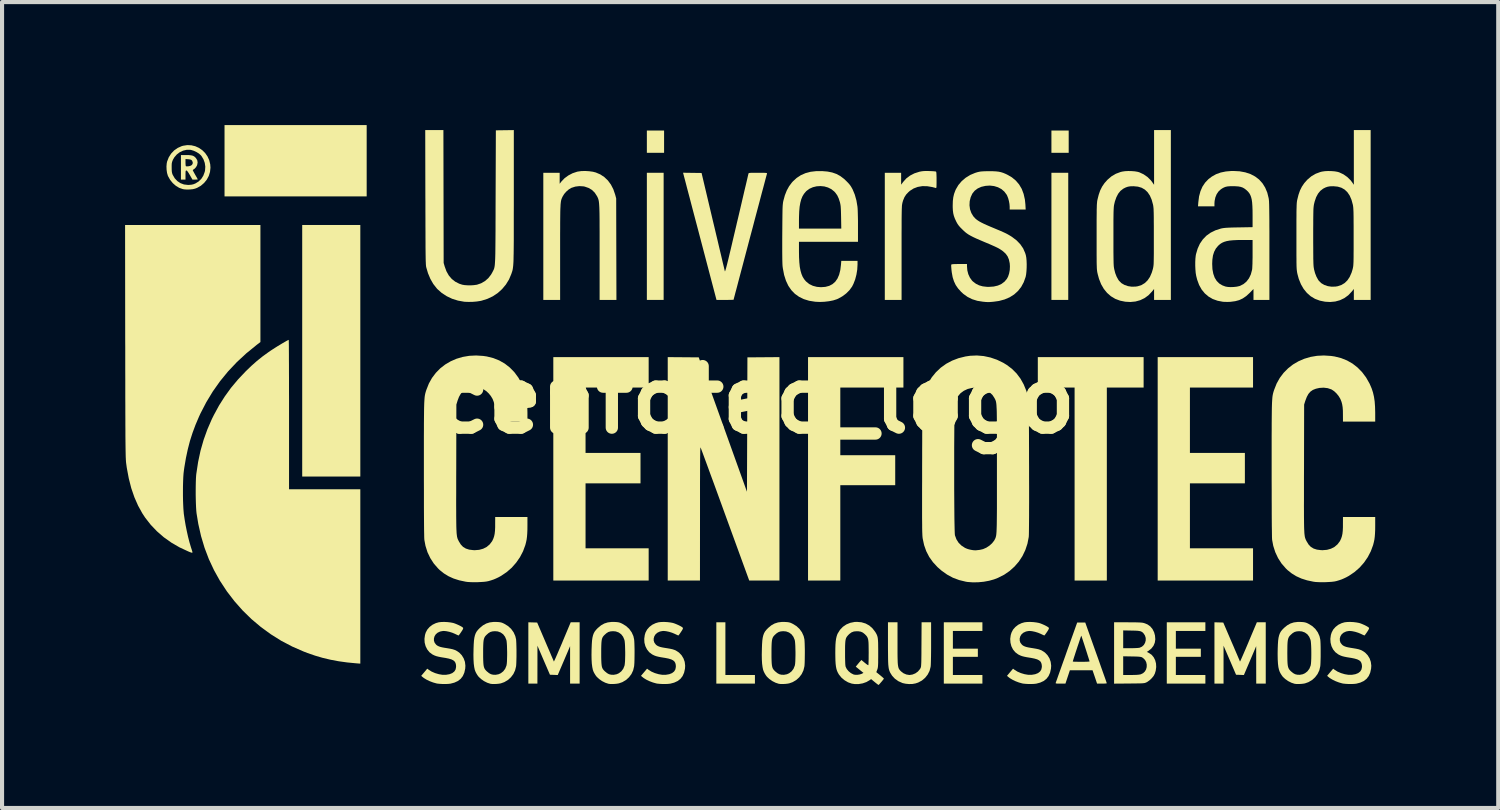
<source format=kicad_pcb>
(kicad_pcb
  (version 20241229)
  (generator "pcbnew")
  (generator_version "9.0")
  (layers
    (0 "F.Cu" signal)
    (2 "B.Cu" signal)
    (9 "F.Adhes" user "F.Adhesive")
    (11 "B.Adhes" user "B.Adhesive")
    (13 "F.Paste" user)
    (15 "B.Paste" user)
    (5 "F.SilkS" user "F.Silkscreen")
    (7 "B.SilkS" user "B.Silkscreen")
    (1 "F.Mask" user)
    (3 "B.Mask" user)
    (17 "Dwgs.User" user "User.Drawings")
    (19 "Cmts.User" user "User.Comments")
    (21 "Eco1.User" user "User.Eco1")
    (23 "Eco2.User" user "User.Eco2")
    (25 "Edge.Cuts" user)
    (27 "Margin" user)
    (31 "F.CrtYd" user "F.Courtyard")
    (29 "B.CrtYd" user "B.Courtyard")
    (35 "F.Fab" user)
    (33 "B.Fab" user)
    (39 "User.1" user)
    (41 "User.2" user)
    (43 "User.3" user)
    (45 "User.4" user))
  (footprint "cenfotec_logo"
    (layer "F.Cu")
    (at 15.369 6.699)
    (property "Reference" "cenfotec_logo" (at 0 0 0) (layer "F.SilkS") (effects (font (size 1.5 1.5) (thickness 0.3))))
    (attr board_only exclude_from_pos_files exclude_from_bom)
    (fp_poly (pts (xy -9.633 -1.196) (xy -9.633 1.871) (xy -10.342 1.871) (xy -11.05 1.871) (xy -11.05 -1.196) (xy -11.05 -4.263) (xy -10.342 -4.263) (xy -9.633 -4.263)) (stroke (width 0) (type solid)) (fill yes) (layer "F.SilkS"))
    (fp_poly (pts (xy -9.478 -5.83) (xy -9.478 -4.96) (xy -11.211 -4.96) (xy -12.944 -4.96) (xy -12.944 -5.83) (xy -12.944 -6.699) (xy -11.211 -6.699) (xy -9.478 -6.699)) (stroke (width 0) (type solid)) (fill yes) (layer "F.SilkS"))
    (fp_poly (pts (xy -2.237 -3.986) (xy -2.237 -2.436) (xy -2.441 -2.436) (xy -2.646 -2.436) (xy -2.646 -3.986) (xy -2.646 -5.536) (xy -2.441 -5.536) (xy -2.237 -5.536)) (stroke (width 0) (type solid)) (fill yes) (layer "F.SilkS"))
    (fp_poly (pts (xy -2.226 -6.295) (xy -2.226 -6.023) (xy -2.436 -6.023) (xy -2.646 -6.023) (xy -2.646 -6.295) (xy -2.646 -6.566) (xy -2.436 -6.566) (xy -2.226 -6.566)) (stroke (width 0) (type solid)) (fill yes) (layer "F.SilkS"))
    (fp_poly (pts (xy 7.629 -3.986) (xy 7.629 -2.436) (xy 7.424 -2.436) (xy 7.219 -2.436) (xy 7.219 -3.986) (xy 7.219 -5.536) (xy 7.424 -5.536) (xy 7.629 -5.536)) (stroke (width 0) (type solid)) (fill yes) (layer "F.SilkS"))
    (fp_poly (pts (xy 7.64 -6.295) (xy 7.64 -6.023) (xy 7.43 -6.023) (xy 7.219 -6.023) (xy 7.219 -6.295) (xy 7.219 -6.566) (xy 7.43 -6.566) (xy 7.64 -6.566)) (stroke (width 0) (type solid)) (fill yes) (layer "F.SilkS"))
    (fp_poly (pts (xy -0.731 6.068) (xy -0.731 6.71) (xy -0.371 6.71) (xy -0.011 6.71) (xy -0.011 6.815) (xy -0.011 6.92) (xy -0.482 6.92) (xy -0.952 6.92) (xy -0.952 6.173) (xy -0.952 5.425) (xy -0.842 5.425) (xy -0.731 5.425)) (stroke (width 0) (type solid)) (fill yes) (layer "F.SilkS"))
    (fp_poly (pts (xy 9.467 -0.67) (xy 9.467 -0.299) (xy 9.018 -0.299) (xy 8.57 -0.299) (xy 8.57 2.054) (xy 8.57 4.407) (xy 8.177 4.407) (xy 7.784 4.407) (xy 7.784 2.054) (xy 7.784 -0.299) (xy 7.335 -0.299) (xy 6.887 -0.299) (xy 6.887 -0.67) (xy 6.887 -1.041) (xy 8.177 -1.041) (xy 9.467 -1.041)) (stroke (width 0) (type solid)) (fill yes) (layer "F.SilkS"))
    (fp_poly (pts (xy 3.61 -0.67) (xy 3.61 -0.299) (xy 2.84 -0.299) (xy 2.071 -0.299) (xy 2.071 0.526) (xy 2.071 1.351) (xy 2.74 1.351) (xy 3.41 1.351) (xy 3.41 1.716) (xy 3.41 2.082) (xy 2.74 2.082) (xy 2.071 2.082) (xy 2.071 3.244) (xy 2.071 4.407) (xy 1.677 4.407) (xy 1.284 4.407) (xy 1.284 1.683) (xy 1.284 -1.041) (xy 2.447 -1.041) (xy 3.61 -1.041)) (stroke (width 0) (type solid)) (fill yes) (layer "F.SilkS"))
    (fp_poly (pts (xy -2.602 -0.67) (xy -2.602 -0.299) (xy -3.372 -0.299) (xy -4.141 -0.299) (xy -4.141 0.498) (xy -4.141 1.295) (xy -3.471 1.295) (xy -2.801 1.295) (xy -2.801 1.666) (xy -2.801 2.037) (xy -3.471 2.037) (xy -4.141 2.037) (xy -4.141 2.829) (xy -4.141 3.621) (xy -3.372 3.621) (xy -2.602 3.621) (xy -2.602 4.014) (xy -2.602 4.407) (xy -3.765 4.407) (xy -4.927 4.407) (xy -4.927 1.683) (xy -4.927 -1.041) (xy -3.765 -1.041) (xy -2.602 -1.041)) (stroke (width 0) (type solid)) (fill yes) (layer "F.SilkS"))
    (fp_poly (pts (xy 5.536 5.531) (xy 5.536 5.636) (xy 5.176 5.636) (xy 4.816 5.636) (xy 4.816 5.852) (xy 4.816 6.068) (xy 5.121 6.068) (xy 5.425 6.068) (xy 5.425 6.167) (xy 5.425 6.267) (xy 5.121 6.267) (xy 4.816 6.267) (xy 4.816 6.488) (xy 4.816 6.71) (xy 5.176 6.71) (xy 5.536 6.71) (xy 5.536 6.815) (xy 5.536 6.92) (xy 5.066 6.92) (xy 4.595 6.92) (xy 4.595 6.173) (xy 4.595 5.425) (xy 5.066 5.425) (xy 5.536 5.425)) (stroke (width 0) (type solid)) (fill yes) (layer "F.SilkS"))
    (fp_poly (pts (xy 10.973 5.531) (xy 10.973 5.636) (xy 10.613 5.636) (xy 10.253 5.636) (xy 10.253 5.852) (xy 10.253 6.068) (xy 10.557 6.068) (xy 10.862 6.068) (xy 10.862 6.167) (xy 10.862 6.267) (xy 10.557 6.267) (xy 10.253 6.267) (xy 10.253 6.488) (xy 10.253 6.71) (xy 10.613 6.71) (xy 10.973 6.71) (xy 10.973 6.815) (xy 10.973 6.92) (xy 10.502 6.92) (xy 10.032 6.92) (xy 10.032 6.173) (xy 10.032 5.425) (xy 10.502 5.425) (xy 10.973 5.425)) (stroke (width 0) (type solid)) (fill yes) (layer "F.SilkS"))
    (fp_poly (pts (xy 12.135 -0.67) (xy 12.135 -0.299) (xy 11.366 -0.299) (xy 10.596 -0.299) (xy 10.596 0.498) (xy 10.596 1.295) (xy 11.266 1.295) (xy 11.936 1.295) (xy 11.936 1.666) (xy 11.936 2.037) (xy 11.266 2.037) (xy 10.596 2.037) (xy 10.596 2.829) (xy 10.596 3.621) (xy 11.366 3.621) (xy 12.135 3.621) (xy 12.135 4.014) (xy 12.135 4.407) (xy 10.973 4.407) (xy 9.81 4.407) (xy 9.81 1.683) (xy 9.81 -1.041) (xy 10.973 -1.041) (xy 12.135 -1.041)) (stroke (width 0) (type solid)) (fill yes) (layer "F.SilkS"))
    (fp_poly (pts (xy -5.429 5.428) (xy -5.321 5.431) (xy -5.119 5.902) (xy -5.078 5.998) (xy -5.039 6.088) (xy -5.004 6.169) (xy -4.974 6.241) (xy -4.948 6.3) (xy -4.929 6.344) (xy -4.917 6.373) (xy -4.913 6.382) (xy -4.908 6.374) (xy -4.896 6.348) (xy -4.876 6.305) (xy -4.851 6.248) (xy -4.82 6.177) (xy -4.786 6.096) (xy -4.747 6.007) (xy -4.706 5.91) (xy -4.706 5.909) (xy -4.503 5.425) (xy -4.394 5.425) (xy -4.285 5.425) (xy -4.285 6.173) (xy -4.285 6.92) (xy -4.401 6.92) (xy -4.518 6.92) (xy -4.518 6.463) (xy -4.518 6.007) (xy -4.668 6.359) (xy -4.819 6.711) (xy -4.914 6.707) (xy -5.009 6.704) (xy -5.162 6.35) (xy -5.314 5.996) (xy -5.314 6.458) (xy -5.315 6.92) (xy -5.425 6.92) (xy -5.536 6.92) (xy -5.536 6.172) (xy -5.536 5.425)) (stroke (width 0) (type solid)) (fill yes) (layer "F.SilkS"))
    (fp_poly (pts (xy 11.302 5.428) (xy 11.409 5.431) (xy 11.611 5.902) (xy 11.653 5.998) (xy 11.691 6.088) (xy 11.726 6.169) (xy 11.757 6.241) (xy 11.782 6.3) (xy 11.801 6.344) (xy 11.813 6.373) (xy 11.817 6.382) (xy 11.822 6.374) (xy 11.835 6.348) (xy 11.854 6.305) (xy 11.879 6.248) (xy 11.91 6.177) (xy 11.945 6.096) (xy 11.983 6.007) (xy 12.024 5.91) (xy 12.024 5.909) (xy 12.228 5.425) (xy 12.337 5.425) (xy 12.445 5.425) (xy 12.445 6.173) (xy 12.445 6.92) (xy 12.329 6.92) (xy 12.213 6.92) (xy 12.212 6.463) (xy 12.212 6.007) (xy 12.062 6.359) (xy 11.912 6.711) (xy 11.816 6.707) (xy 11.721 6.704) (xy 11.569 6.35) (xy 11.416 5.996) (xy 11.416 6.458) (xy 11.416 6.92) (xy 11.305 6.92) (xy 11.194 6.92) (xy 11.194 6.172) (xy 11.194 5.425)) (stroke (width 0) (type solid)) (fill yes) (layer "F.SilkS"))
    (fp_poly (pts (xy -1.759 -1.038) (xy -1.381 -1.035) (xy -0.793 0.603) (xy -0.205 2.242) (xy -0.199 0.603) (xy -0.194 -1.035) (xy 0.197 -1.038) (xy 0.587 -1.041) (xy 0.587 1.683) (xy 0.587 4.407) (xy 0.218 4.407) (xy -0.15 4.407) (xy -0.736 2.799) (xy -0.802 2.617) (xy -0.866 2.441) (xy -0.928 2.271) (xy -0.987 2.109) (xy -1.043 1.956) (xy -1.096 1.813) (xy -1.144 1.681) (xy -1.188 1.561) (xy -1.227 1.455) (xy -1.261 1.363) (xy -1.289 1.287) (xy -1.311 1.228) (xy -1.326 1.187) (xy -1.334 1.166) (xy -1.336 1.163) (xy -1.338 1.162) (xy -1.339 1.169) (xy -1.341 1.184) (xy -1.343 1.208) (xy -1.344 1.243) (xy -1.345 1.289) (xy -1.346 1.346) (xy -1.347 1.417) (xy -1.348 1.502) (xy -1.348 1.601) (xy -1.349 1.716) (xy -1.349 1.848) (xy -1.35 1.998) (xy -1.35 2.166) (xy -1.35 2.353) (xy -1.35 2.561) (xy -1.35 2.771) (xy -1.351 4.407) (xy -1.744 4.407) (xy -2.137 4.407) (xy -2.137 1.683) (xy -2.137 -1.041)) (stroke (width 0) (type solid)) (fill yes) (layer "F.SilkS"))
    (fp_poly (pts (xy 4.245 -5.578) (xy 4.301 -5.576) (xy 4.349 -5.573) (xy 4.384 -5.569) (xy 4.403 -5.566) (xy 4.405 -5.565) (xy 4.41 -5.554) (xy 4.414 -5.527) (xy 4.416 -5.483) (xy 4.418 -5.42) (xy 4.418 -5.357) (xy 4.418 -5.286) (xy 4.417 -5.235) (xy 4.416 -5.199) (xy 4.413 -5.178) (xy 4.41 -5.167) (xy 4.404 -5.163) (xy 4.398 -5.165) (xy 4.378 -5.171) (xy 4.343 -5.18) (xy 4.313 -5.188) (xy 4.186 -5.209) (xy 4.068 -5.21) (xy 3.958 -5.191) (xy 3.858 -5.153) (xy 3.768 -5.096) (xy 3.736 -5.068) (xy 3.678 -5.007) (xy 3.635 -4.941) (xy 3.603 -4.864) (xy 3.587 -4.81) (xy 3.584 -4.796) (xy 3.581 -4.781) (xy 3.578 -4.764) (xy 3.575 -4.744) (xy 3.573 -4.719) (xy 3.572 -4.688) (xy 3.57 -4.65) (xy 3.569 -4.604) (xy 3.568 -4.547) (xy 3.567 -4.479) (xy 3.566 -4.398) (xy 3.566 -4.303) (xy 3.566 -4.193) (xy 3.565 -4.066) (xy 3.565 -3.921) (xy 3.565 -3.756) (xy 3.565 -3.58) (xy 3.565 -2.436) (xy 3.36 -2.436) (xy 3.156 -2.436) (xy 3.156 -3.986) (xy 3.156 -5.536) (xy 3.355 -5.536) (xy 3.554 -5.536) (xy 3.554 -5.391) (xy 3.554 -5.246) (xy 3.604 -5.313) (xy 3.679 -5.397) (xy 3.771 -5.467) (xy 3.877 -5.522) (xy 3.996 -5.56) (xy 4.012 -5.564) (xy 4.061 -5.573) (xy 4.112 -5.578) (xy 4.172 -5.58)) (stroke (width 0) (type solid)) (fill yes) (layer "F.SilkS"))
    (fp_poly (pts (xy -13.808 -5.967) (xy -13.755 -5.961) (xy -13.715 -5.951) (xy -13.683 -5.934) (xy -13.654 -5.908) (xy -13.642 -5.895) (xy -13.61 -5.844) (xy -13.6 -5.788) (xy -13.611 -5.728) (xy -13.621 -5.705) (xy -13.643 -5.669) (xy -13.67 -5.639) (xy -13.682 -5.63) (xy -13.705 -5.614) (xy -13.718 -5.601) (xy -13.718 -5.599) (xy -13.713 -5.587) (xy -13.699 -5.559) (xy -13.678 -5.521) (xy -13.658 -5.485) (xy -13.633 -5.442) (xy -13.613 -5.407) (xy -13.601 -5.383) (xy -13.597 -5.375) (xy -13.607 -5.372) (xy -13.633 -5.371) (xy -13.662 -5.37) (xy -13.727 -5.37) (xy -13.79 -5.481) (xy -13.821 -5.533) (xy -13.845 -5.568) (xy -13.862 -5.587) (xy -13.874 -5.592) (xy -13.884 -5.59) (xy -13.89 -5.582) (xy -13.894 -5.565) (xy -13.895 -5.533) (xy -13.896 -5.483) (xy -13.896 -5.481) (xy -13.896 -5.37) (xy -13.951 -5.37) (xy -14.007 -5.37) (xy -14.007 -5.669) (xy -14.007 -5.871) (xy -13.896 -5.871) (xy -13.896 -5.788) (xy -13.895 -5.748) (xy -13.892 -5.716) (xy -13.889 -5.699) (xy -13.888 -5.699) (xy -13.869 -5.692) (xy -13.835 -5.693) (xy -13.794 -5.7) (xy -13.782 -5.703) (xy -13.744 -5.723) (xy -13.722 -5.754) (xy -13.719 -5.792) (xy -13.735 -5.83) (xy -13.739 -5.836) (xy -13.757 -5.851) (xy -13.782 -5.86) (xy -13.822 -5.866) (xy -13.828 -5.866) (xy -13.896 -5.871) (xy -14.007 -5.871) (xy -14.007 -5.968) (xy -13.878 -5.968)) (stroke (width 0) (type solid)) (fill yes) (layer "F.SilkS"))
    (fp_poly (pts (xy 3.466 5.938) (xy 3.466 6.069) (xy 3.466 6.179) (xy 3.467 6.27) (xy 3.469 6.346) (xy 3.471 6.408) (xy 3.475 6.457) (xy 3.481 6.497) (xy 3.488 6.528) (xy 3.497 6.553) (xy 3.509 6.573) (xy 3.523 6.592) (xy 3.54 6.61) (xy 3.553 6.623) (xy 3.612 6.668) (xy 3.682 6.698) (xy 3.755 6.71) (xy 3.759 6.71) (xy 3.832 6.699) (xy 3.902 6.67) (xy 3.964 6.625) (xy 4.012 6.568) (xy 4.023 6.55) (xy 4.028 6.539) (xy 4.033 6.528) (xy 4.037 6.514) (xy 4.04 6.496) (xy 4.042 6.471) (xy 4.044 6.437) (xy 4.046 6.394) (xy 4.047 6.337) (xy 4.048 6.266) (xy 4.049 6.179) (xy 4.049 6.074) (xy 4.05 5.965) (xy 4.053 5.425) (xy 4.169 5.425) (xy 4.285 5.425) (xy 4.285 5.932) (xy 4.285 6.049) (xy 4.284 6.158) (xy 4.283 6.257) (xy 4.281 6.343) (xy 4.279 6.414) (xy 4.277 6.468) (xy 4.274 6.503) (xy 4.273 6.511) (xy 4.247 6.611) (xy 4.201 6.701) (xy 4.138 6.78) (xy 4.061 6.845) (xy 3.97 6.894) (xy 3.903 6.916) (xy 3.829 6.929) (xy 3.746 6.931) (xy 3.663 6.923) (xy 3.589 6.907) (xy 3.585 6.905) (xy 3.488 6.862) (xy 3.403 6.802) (xy 3.334 6.728) (xy 3.289 6.656) (xy 3.277 6.63) (xy 3.267 6.605) (xy 3.258 6.576) (xy 3.251 6.544) (xy 3.246 6.505) (xy 3.241 6.457) (xy 3.238 6.399) (xy 3.236 6.328) (xy 3.235 6.242) (xy 3.234 6.14) (xy 3.233 6.018) (xy 3.233 5.943) (xy 3.233 5.425) (xy 3.349 5.425) (xy 3.466 5.425)) (stroke (width 0) (type solid)) (fill yes) (layer "F.SilkS"))
    (fp_poly (pts (xy 8.306 6.167) (xy 8.35 6.289) (xy 8.391 6.405) (xy 8.429 6.514) (xy 8.464 6.612) (xy 8.495 6.7) (xy 8.522 6.775) (xy 8.543 6.835) (xy 8.558 6.879) (xy 8.567 6.905) (xy 8.569 6.912) (xy 8.559 6.915) (xy 8.532 6.918) (xy 8.491 6.92) (xy 8.451 6.92) (xy 8.332 6.92) (xy 8.277 6.757) (xy 8.221 6.594) (xy 7.945 6.594) (xy 7.669 6.594) (xy 7.615 6.757) (xy 7.561 6.92) (xy 7.439 6.92) (xy 7.386 6.92) (xy 7.351 6.919) (xy 7.332 6.916) (xy 7.323 6.911) (xy 7.323 6.903) (xy 7.324 6.901) (xy 7.328 6.887) (xy 7.34 6.855) (xy 7.358 6.805) (xy 7.381 6.739) (xy 7.409 6.66) (xy 7.442 6.568) (xy 7.478 6.466) (xy 7.508 6.382) (xy 7.74 6.382) (xy 7.75 6.384) (xy 7.779 6.386) (xy 7.824 6.387) (xy 7.88 6.388) (xy 7.944 6.389) (xy 8.009 6.388) (xy 8.065 6.387) (xy 8.11 6.385) (xy 8.139 6.382) (xy 8.149 6.38) (xy 8.146 6.367) (xy 8.137 6.337) (xy 8.123 6.292) (xy 8.105 6.236) (xy 8.085 6.172) (xy 8.063 6.103) (xy 8.04 6.032) (xy 8.018 5.963) (xy 7.997 5.899) (xy 7.978 5.842) (xy 7.963 5.796) (xy 7.952 5.765) (xy 7.947 5.751) (xy 7.947 5.751) (xy 7.943 5.76) (xy 7.933 5.787) (xy 7.919 5.829) (xy 7.901 5.883) (xy 7.88 5.946) (xy 7.857 6.013) (xy 7.834 6.084) (xy 7.811 6.153) (xy 7.79 6.219) (xy 7.771 6.277) (xy 7.756 6.326) (xy 7.745 6.361) (xy 7.74 6.38) (xy 7.74 6.382) (xy 7.508 6.382) (xy 7.518 6.355) (xy 7.56 6.237) (xy 7.588 6.156) (xy 7.847 5.431) (xy 7.945 5.431) (xy 8.044 5.431)) (stroke (width 0) (type solid)) (fill yes) (layer "F.SilkS"))
    (fp_poly (pts (xy -13.752 -6.206) (xy -13.657 -6.183) (xy -13.568 -6.143) (xy -13.487 -6.087) (xy -13.417 -6.018) (xy -13.36 -5.936) (xy -13.318 -5.845) (xy -13.293 -5.744) (xy -13.287 -5.66) (xy -13.298 -5.557) (xy -13.328 -5.459) (xy -13.377 -5.368) (xy -13.442 -5.288) (xy -13.521 -5.22) (xy -13.611 -5.169) (xy -13.66 -5.15) (xy -13.717 -5.136) (xy -13.787 -5.129) (xy -13.861 -5.127) (xy -13.93 -5.132) (xy -13.965 -5.139) (xy -14.05 -5.169) (xy -14.131 -5.218) (xy -14.205 -5.283) (xy -14.269 -5.361) (xy -14.318 -5.447) (xy -14.328 -5.47) (xy -14.346 -5.533) (xy -14.357 -5.609) (xy -14.359 -5.666) (xy -14.233 -5.666) (xy -14.233 -5.664) (xy -14.232 -5.605) (xy -14.229 -5.563) (xy -14.223 -5.53) (xy -14.214 -5.501) (xy -14.208 -5.487) (xy -14.158 -5.401) (xy -14.094 -5.333) (xy -14.019 -5.283) (xy -13.933 -5.251) (xy -13.838 -5.24) (xy -13.813 -5.24) (xy -13.754 -5.245) (xy -13.706 -5.255) (xy -13.658 -5.274) (xy -13.657 -5.274) (xy -13.577 -5.323) (xy -13.511 -5.387) (xy -13.461 -5.466) (xy -13.427 -5.558) (xy -13.419 -5.594) (xy -13.413 -5.685) (xy -13.426 -5.777) (xy -13.458 -5.865) (xy -13.506 -5.944) (xy -13.525 -5.966) (xy -13.569 -6.005) (xy -13.627 -6.041) (xy -13.692 -6.072) (xy -13.754 -6.091) (xy -13.778 -6.096) (xy -13.867 -6.096) (xy -13.954 -6.076) (xy -14.035 -6.038) (xy -14.107 -5.983) (xy -14.167 -5.914) (xy -14.203 -5.852) (xy -14.216 -5.82) (xy -14.225 -5.792) (xy -14.231 -5.761) (xy -14.233 -5.721) (xy -14.233 -5.666) (xy -14.359 -5.666) (xy -14.36 -5.688) (xy -14.354 -5.762) (xy -14.345 -5.808) (xy -14.304 -5.913) (xy -14.246 -6.004) (xy -14.173 -6.081) (xy -14.086 -6.142) (xy -13.987 -6.186) (xy -13.955 -6.195) (xy -13.852 -6.211)) (stroke (width 0) (type solid)) (fill yes) (layer "F.SilkS"))
    (fp_poly (pts (xy -4.054 -5.574) (xy -3.96 -5.561) (xy -3.891 -5.543) (xy -3.781 -5.496) (xy -3.683 -5.431) (xy -3.596 -5.348) (xy -3.523 -5.249) (xy -3.464 -5.135) (xy -3.42 -5.007) (xy -3.419 -5.005) (xy -3.394 -4.911) (xy -3.391 -3.673) (xy -3.388 -2.436) (xy -3.593 -2.436) (xy -3.798 -2.436) (xy -3.798 -3.596) (xy -3.798 -3.788) (xy -3.798 -3.96) (xy -3.798 -4.112) (xy -3.799 -4.246) (xy -3.799 -4.363) (xy -3.8 -4.464) (xy -3.801 -4.551) (xy -3.803 -4.626) (xy -3.805 -4.689) (xy -3.808 -4.741) (xy -3.811 -4.785) (xy -3.815 -4.821) (xy -3.819 -4.851) (xy -3.825 -4.876) (xy -3.831 -4.898) (xy -3.838 -4.917) (xy -3.846 -4.935) (xy -3.855 -4.954) (xy -3.863 -4.968) (xy -3.916 -5.05) (xy -3.984 -5.117) (xy -4.067 -5.166) (xy -4.162 -5.199) (xy -4.194 -5.205) (xy -4.292 -5.211) (xy -4.391 -5.199) (xy -4.484 -5.169) (xy -4.49 -5.167) (xy -4.55 -5.13) (xy -4.609 -5.079) (xy -4.661 -5.02) (xy -4.698 -4.96) (xy -4.708 -4.94) (xy -4.716 -4.922) (xy -4.724 -4.903) (xy -4.731 -4.883) (xy -4.737 -4.86) (xy -4.742 -4.833) (xy -4.746 -4.8) (xy -4.75 -4.761) (xy -4.752 -4.713) (xy -4.755 -4.657) (xy -4.757 -4.589) (xy -4.758 -4.509) (xy -4.759 -4.416) (xy -4.76 -4.309) (xy -4.76 -4.185) (xy -4.761 -4.044) (xy -4.761 -3.884) (xy -4.761 -3.704) (xy -4.761 -3.59) (xy -4.761 -2.436) (xy -4.966 -2.436) (xy -5.171 -2.436) (xy -5.171 -3.986) (xy -5.171 -5.536) (xy -4.971 -5.536) (xy -4.772 -5.536) (xy -4.772 -5.402) (xy -4.772 -5.268) (xy -4.728 -5.325) (xy -4.652 -5.404) (xy -4.56 -5.471) (xy -4.457 -5.525) (xy -4.346 -5.562) (xy -4.332 -5.565) (xy -4.248 -5.577) (xy -4.153 -5.58)) (stroke (width 0) (type solid)) (fill yes) (layer "F.SilkS"))
    (fp_poly (pts (xy -11.378 -1.451) (xy -11.377 -1.419) (xy -11.376 -1.367) (xy -11.375 -1.297) (xy -11.375 -1.209) (xy -11.374 -1.105) (xy -11.374 -0.985) (xy -11.373 -0.852) (xy -11.373 -0.705) (xy -11.372 -0.547) (xy -11.372 -0.378) (xy -11.372 -0.2) (xy -11.371 -0.014) (xy -11.371 0.18) (xy -11.371 0.36) (xy -11.371 2.181) (xy -10.502 2.181) (xy -9.633 2.181) (xy -9.633 4.307) (xy -9.633 6.433) (xy -9.658 6.431) (xy -9.685 6.429) (xy -9.721 6.426) (xy -9.727 6.426) (xy -9.953 6.404) (xy -10.162 6.375) (xy -10.359 6.338) (xy -10.549 6.293) (xy -10.736 6.238) (xy -10.925 6.173) (xy -11.017 6.137) (xy -11.294 6.016) (xy -11.561 5.876) (xy -11.815 5.717) (xy -12.058 5.54) (xy -12.287 5.347) (xy -12.502 5.137) (xy -12.701 4.912) (xy -12.885 4.673) (xy -13.052 4.419) (xy -13.057 4.412) (xy -13.201 4.153) (xy -13.326 3.886) (xy -13.431 3.609) (xy -13.517 3.322) (xy -13.584 3.025) (xy -13.627 2.763) (xy -13.633 2.701) (xy -13.638 2.621) (xy -13.642 2.528) (xy -13.645 2.426) (xy -13.647 2.318) (xy -13.647 2.209) (xy -13.646 2.102) (xy -13.644 2.003) (xy -13.641 1.915) (xy -13.636 1.842) (xy -13.632 1.805) (xy -13.588 1.515) (xy -13.529 1.239) (xy -13.453 0.974) (xy -13.361 0.718) (xy -13.252 0.467) (xy -13.204 0.371) (xy -13.077 0.137) (xy -12.938 -0.082) (xy -12.787 -0.291) (xy -12.618 -0.493) (xy -12.431 -0.691) (xy -12.424 -0.698) (xy -12.289 -0.828) (xy -12.157 -0.945) (xy -12.023 -1.053) (xy -11.878 -1.158) (xy -11.819 -1.199) (xy -11.77 -1.231) (xy -11.714 -1.267) (xy -11.654 -1.305) (xy -11.592 -1.342) (xy -11.533 -1.378) (xy -11.479 -1.409) (xy -11.434 -1.435) (xy -11.4 -1.453) (xy -11.38 -1.461) (xy -11.378 -1.462)) (stroke (width 0) (type solid)) (fill yes) (layer "F.SilkS"))
    (fp_poly (pts (xy -12.069 -2.836) (xy -12.069 -1.409) (xy -12.16 -1.339) (xy -12.412 -1.134) (xy -12.644 -0.919) (xy -12.858 -0.692) (xy -13.053 -0.454) (xy -13.23 -0.204) (xy -13.389 0.059) (xy -13.532 0.335) (xy -13.568 0.414) (xy -13.652 0.611) (xy -13.724 0.805) (xy -13.787 1.002) (xy -13.84 1.207) (xy -13.886 1.422) (xy -13.925 1.653) (xy -13.936 1.733) (xy -13.944 1.802) (xy -13.95 1.889) (xy -13.954 1.989) (xy -13.957 2.1) (xy -13.958 2.217) (xy -13.958 2.335) (xy -13.956 2.451) (xy -13.952 2.56) (xy -13.947 2.66) (xy -13.94 2.744) (xy -13.937 2.779) (xy -13.917 2.915) (xy -13.893 3.058) (xy -13.864 3.202) (xy -13.833 3.342) (xy -13.8 3.47) (xy -13.772 3.565) (xy -13.758 3.611) (xy -13.743 3.656) (xy -13.735 3.684) (xy -13.727 3.709) (xy -13.727 3.724) (xy -13.735 3.729) (xy -13.756 3.725) (xy -13.792 3.712) (xy -13.835 3.694) (xy -14.045 3.596) (xy -14.241 3.482) (xy -14.424 3.352) (xy -14.592 3.206) (xy -14.744 3.047) (xy -14.879 2.874) (xy -14.948 2.769) (xy -15.052 2.581) (xy -15.142 2.376) (xy -15.218 2.155) (xy -15.279 1.916) (xy -15.327 1.66) (xy -15.343 1.545) (xy -15.345 1.527) (xy -15.347 1.508) (xy -15.348 1.487) (xy -15.35 1.462) (xy -15.351 1.434) (xy -15.353 1.4) (xy -15.354 1.361) (xy -15.355 1.315) (xy -15.356 1.262) (xy -15.357 1.2) (xy -15.358 1.13) (xy -15.359 1.049) (xy -15.36 0.958) (xy -15.361 0.855) (xy -15.361 0.739) (xy -15.362 0.61) (xy -15.362 0.467) (xy -15.363 0.309) (xy -15.363 0.135) (xy -15.364 -0.055) (xy -15.364 -0.263) (xy -15.364 -0.49) (xy -15.365 -0.735) (xy -15.365 -1.001) (xy -15.365 -1.288) (xy -15.366 -1.437) (xy -15.369 -4.263) (xy -13.719 -4.263) (xy -12.069 -4.263)) (stroke (width 0) (type solid)) (fill yes) (layer "F.SilkS"))
    (fp_poly (pts (xy 9.179 5.426) (xy 9.261 5.426) (xy 9.327 5.428) (xy 9.378 5.43) (xy 9.418 5.433) (xy 9.449 5.437) (xy 9.473 5.443) (xy 9.558 5.475) (xy 9.628 5.524) (xy 9.683 5.589) (xy 9.723 5.669) (xy 9.744 5.746) (xy 9.752 5.84) (xy 9.739 5.924) (xy 9.707 5.999) (xy 9.655 6.066) (xy 9.587 6.12) (xy 9.545 6.148) (xy 9.6 6.175) (xy 9.663 6.218) (xy 9.712 6.277) (xy 9.748 6.348) (xy 9.769 6.428) (xy 9.774 6.515) (xy 9.762 6.605) (xy 9.741 6.675) (xy 9.712 6.731) (xy 9.667 6.787) (xy 9.613 6.838) (xy 9.556 6.879) (xy 9.539 6.888) (xy 9.523 6.895) (xy 9.508 6.901) (xy 9.491 6.906) (xy 9.47 6.909) (xy 9.441 6.912) (xy 9.403 6.914) (xy 9.353 6.915) (xy 9.288 6.916) (xy 9.205 6.917) (xy 9.115 6.918) (xy 8.747 6.921) (xy 8.747 6.254) (xy 8.969 6.254) (xy 8.969 6.482) (xy 8.969 6.71) (xy 9.155 6.71) (xy 9.241 6.709) (xy 9.308 6.706) (xy 9.358 6.701) (xy 9.393 6.694) (xy 9.396 6.694) (xy 9.453 6.666) (xy 9.497 6.625) (xy 9.527 6.574) (xy 9.542 6.516) (xy 9.543 6.456) (xy 9.53 6.397) (xy 9.501 6.343) (xy 9.456 6.298) (xy 9.428 6.28) (xy 9.412 6.273) (xy 9.388 6.268) (xy 9.354 6.264) (xy 9.307 6.261) (xy 9.243 6.259) (xy 9.182 6.258) (xy 8.969 6.254) (xy 8.747 6.254) (xy 8.747 6.173) (xy 8.747 5.623) (xy 8.969 5.623) (xy 8.969 5.84) (xy 8.969 6.057) (xy 9.149 6.057) (xy 9.213 6.056) (xy 9.272 6.054) (xy 9.322 6.051) (xy 9.358 6.047) (xy 9.37 6.045) (xy 9.427 6.019) (xy 9.472 5.978) (xy 9.502 5.926) (xy 9.518 5.868) (xy 9.518 5.807) (xy 9.5 5.748) (xy 9.465 5.695) (xy 9.464 5.693) (xy 9.443 5.672) (xy 9.421 5.657) (xy 9.396 5.645) (xy 9.364 5.638) (xy 9.321 5.632) (xy 9.263 5.629) (xy 9.187 5.627) (xy 9.171 5.627) (xy 8.969 5.623) (xy 8.747 5.623) (xy 8.747 5.425) (xy 9.077 5.425)) (stroke (width 0) (type solid)) (fill yes) (layer "F.SilkS"))
    (fp_poly (pts (xy -6.308 5.417) (xy -6.254 5.42) (xy -6.214 5.426) (xy -6.18 5.435) (xy -6.143 5.451) (xy -6.119 5.463) (xy -6.029 5.518) (xy -5.954 5.588) (xy -5.895 5.67) (xy -5.854 5.761) (xy -5.835 5.841) (xy -5.832 5.881) (xy -5.829 5.94) (xy -5.827 6.011) (xy -5.825 6.092) (xy -5.825 6.176) (xy -5.825 6.261) (xy -5.827 6.34) (xy -5.829 6.411) (xy -5.832 6.468) (xy -5.835 6.499) (xy -5.859 6.597) (xy -5.901 6.687) (xy -5.961 6.766) (xy -6.035 6.833) (xy -6.122 6.884) (xy -6.206 6.914) (xy -6.251 6.922) (xy -6.308 6.928) (xy -6.368 6.93) (xy -6.422 6.929) (xy -6.461 6.924) (xy -6.538 6.899) (xy -6.617 6.859) (xy -6.69 6.808) (xy -6.749 6.752) (xy -6.777 6.715) (xy -6.805 6.669) (xy -6.822 6.636) (xy -6.842 6.584) (xy -6.856 6.517) (xy -6.867 6.434) (xy -6.873 6.333) (xy -6.875 6.214) (xy -6.874 6.173) (xy -6.638 6.173) (xy -6.638 6.273) (xy -6.636 6.355) (xy -6.633 6.42) (xy -6.628 6.471) (xy -6.62 6.511) (xy -6.609 6.543) (xy -6.595 6.569) (xy -6.576 6.593) (xy -6.552 6.618) (xy -6.552 6.618) (xy -6.498 6.663) (xy -6.447 6.691) (xy -6.393 6.704) (xy -6.331 6.705) (xy -6.262 6.692) (xy -6.209 6.668) (xy -6.148 6.621) (xy -6.101 6.559) (xy -6.071 6.485) (xy -6.067 6.469) (xy -6.061 6.429) (xy -6.057 6.373) (xy -6.055 6.305) (xy -6.053 6.229) (xy -6.053 6.15) (xy -6.055 6.072) (xy -6.057 5.998) (xy -6.061 5.935) (xy -6.066 5.885) (xy -6.072 5.855) (xy -6.104 5.778) (xy -6.15 5.717) (xy -6.21 5.674) (xy -6.281 5.648) (xy -6.35 5.642) (xy -6.411 5.647) (xy -6.461 5.661) (xy -6.508 5.689) (xy -6.552 5.728) (xy -6.576 5.752) (xy -6.595 5.776) (xy -6.609 5.803) (xy -6.62 5.835) (xy -6.628 5.875) (xy -6.633 5.926) (xy -6.636 5.991) (xy -6.638 6.072) (xy -6.638 6.172) (xy -6.638 6.173) (xy -6.874 6.173) (xy -6.872 6.073) (xy -6.872 6.068) (xy -6.868 5.961) (xy -6.862 5.873) (xy -6.852 5.801) (xy -6.838 5.742) (xy -6.819 5.691) (xy -6.794 5.647) (xy -6.761 5.606) (xy -6.72 5.564) (xy -6.718 5.562) (xy -6.642 5.499) (xy -6.563 5.455) (xy -6.479 5.428) (xy -6.384 5.416)) (stroke (width 0) (type solid)) (fill yes) (layer "F.SilkS"))
    (fp_poly (pts (xy -3.43 5.417) (xy -3.376 5.42) (xy -3.335 5.426) (xy -3.301 5.435) (xy -3.264 5.451) (xy -3.24 5.463) (xy -3.15 5.518) (xy -3.075 5.588) (xy -3.016 5.67) (xy -2.975 5.761) (xy -2.957 5.841) (xy -2.953 5.881) (xy -2.95 5.94) (xy -2.948 6.011) (xy -2.946 6.092) (xy -2.946 6.176) (xy -2.947 6.261) (xy -2.948 6.34) (xy -2.95 6.411) (xy -2.954 6.468) (xy -2.957 6.499) (xy -2.98 6.597) (xy -3.022 6.687) (xy -3.082 6.766) (xy -3.156 6.833) (xy -3.243 6.884) (xy -3.328 6.914) (xy -3.373 6.922) (xy -3.429 6.928) (xy -3.489 6.93) (xy -3.543 6.929) (xy -3.582 6.924) (xy -3.659 6.899) (xy -3.738 6.859) (xy -3.811 6.808) (xy -3.87 6.752) (xy -3.898 6.715) (xy -3.926 6.669) (xy -3.944 6.636) (xy -3.963 6.584) (xy -3.977 6.517) (xy -3.988 6.434) (xy -3.994 6.333) (xy -3.996 6.214) (xy -3.995 6.173) (xy -3.759 6.173) (xy -3.759 6.273) (xy -3.757 6.355) (xy -3.754 6.42) (xy -3.749 6.471) (xy -3.742 6.511) (xy -3.731 6.543) (xy -3.716 6.569) (xy -3.697 6.593) (xy -3.673 6.618) (xy -3.673 6.618) (xy -3.619 6.663) (xy -3.569 6.691) (xy -3.514 6.704) (xy -3.452 6.705) (xy -3.383 6.692) (xy -3.33 6.668) (xy -3.269 6.621) (xy -3.222 6.559) (xy -3.192 6.485) (xy -3.188 6.469) (xy -3.183 6.429) (xy -3.178 6.373) (xy -3.176 6.305) (xy -3.174 6.229) (xy -3.174 6.15) (xy -3.176 6.072) (xy -3.178 5.998) (xy -3.182 5.935) (xy -3.187 5.885) (xy -3.193 5.855) (xy -3.225 5.778) (xy -3.272 5.717) (xy -3.331 5.674) (xy -3.403 5.648) (xy -3.471 5.642) (xy -3.533 5.647) (xy -3.583 5.661) (xy -3.629 5.689) (xy -3.673 5.728) (xy -3.697 5.752) (xy -3.716 5.776) (xy -3.731 5.803) (xy -3.742 5.835) (xy -3.749 5.875) (xy -3.754 5.926) (xy -3.757 5.991) (xy -3.759 6.072) (xy -3.759 6.172) (xy -3.759 6.173) (xy -3.995 6.173) (xy -3.994 6.073) (xy -3.993 6.068) (xy -3.989 5.961) (xy -3.983 5.873) (xy -3.973 5.801) (xy -3.959 5.742) (xy -3.94 5.691) (xy -3.915 5.647) (xy -3.882 5.606) (xy -3.842 5.564) (xy -3.839 5.562) (xy -3.763 5.499) (xy -3.685 5.455) (xy -3.6 5.428) (xy -3.505 5.416)) (stroke (width 0) (type solid)) (fill yes) (layer "F.SilkS"))
    (fp_poly (pts (xy 0.722 5.417) (xy 0.776 5.42) (xy 0.817 5.426) (xy 0.851 5.435) (xy 0.888 5.451) (xy 0.912 5.463) (xy 1.002 5.518) (xy 1.077 5.588) (xy 1.136 5.67) (xy 1.177 5.761) (xy 1.196 5.841) (xy 1.199 5.881) (xy 1.202 5.94) (xy 1.204 6.011) (xy 1.206 6.092) (xy 1.206 6.176) (xy 1.205 6.261) (xy 1.204 6.34) (xy 1.202 6.411) (xy 1.199 6.468) (xy 1.196 6.499) (xy 1.172 6.597) (xy 1.13 6.687) (xy 1.07 6.766) (xy 0.996 6.833) (xy 0.909 6.884) (xy 0.825 6.914) (xy 0.78 6.922) (xy 0.723 6.928) (xy 0.663 6.93) (xy 0.609 6.929) (xy 0.57 6.924) (xy 0.493 6.899) (xy 0.414 6.859) (xy 0.341 6.808) (xy 0.282 6.752) (xy 0.254 6.715) (xy 0.226 6.669) (xy 0.209 6.636) (xy 0.189 6.584) (xy 0.175 6.517) (xy 0.164 6.434) (xy 0.158 6.333) (xy 0.156 6.214) (xy 0.157 6.173) (xy 0.393 6.173) (xy 0.393 6.273) (xy 0.395 6.355) (xy 0.398 6.42) (xy 0.403 6.471) (xy 0.411 6.511) (xy 0.421 6.543) (xy 0.436 6.569) (xy 0.455 6.593) (xy 0.479 6.618) (xy 0.479 6.618) (xy 0.533 6.663) (xy 0.584 6.691) (xy 0.638 6.704) (xy 0.7 6.705) (xy 0.769 6.692) (xy 0.822 6.668) (xy 0.883 6.621) (xy 0.93 6.559) (xy 0.96 6.485) (xy 0.964 6.469) (xy 0.97 6.429) (xy 0.974 6.373) (xy 0.976 6.305) (xy 0.978 6.229) (xy 0.978 6.15) (xy 0.976 6.072) (xy 0.974 5.998) (xy 0.97 5.935) (xy 0.965 5.885) (xy 0.959 5.855) (xy 0.927 5.778) (xy 0.88 5.717) (xy 0.821 5.674) (xy 0.75 5.648) (xy 0.681 5.642) (xy 0.62 5.647) (xy 0.57 5.661) (xy 0.523 5.689) (xy 0.479 5.728) (xy 0.455 5.752) (xy 0.436 5.776) (xy 0.422 5.803) (xy 0.411 5.835) (xy 0.403 5.875) (xy 0.398 5.926) (xy 0.395 5.991) (xy 0.393 6.072) (xy 0.393 6.172) (xy 0.393 6.173) (xy 0.157 6.173) (xy 0.159 6.073) (xy 0.159 6.068) (xy 0.163 5.961) (xy 0.169 5.873) (xy 0.179 5.801) (xy 0.193 5.742) (xy 0.212 5.691) (xy 0.237 5.647) (xy 0.27 5.606) (xy 0.311 5.564) (xy 0.313 5.562) (xy 0.389 5.499) (xy 0.468 5.455) (xy 0.552 5.428) (xy 0.647 5.416)) (stroke (width 0) (type solid)) (fill yes) (layer "F.SilkS"))
    (fp_poly (pts (xy 13.301 5.417) (xy 13.355 5.42) (xy 13.395 5.426) (xy 13.429 5.435) (xy 13.467 5.451) (xy 13.49 5.463) (xy 13.58 5.518) (xy 13.655 5.588) (xy 13.714 5.67) (xy 13.755 5.761) (xy 13.774 5.841) (xy 13.778 5.881) (xy 13.781 5.94) (xy 13.783 6.011) (xy 13.784 6.092) (xy 13.784 6.176) (xy 13.784 6.261) (xy 13.782 6.34) (xy 13.78 6.411) (xy 13.777 6.468) (xy 13.774 6.499) (xy 13.751 6.597) (xy 13.708 6.687) (xy 13.648 6.766) (xy 13.574 6.833) (xy 13.487 6.884) (xy 13.403 6.914) (xy 13.358 6.922) (xy 13.301 6.928) (xy 13.242 6.93) (xy 13.187 6.929) (xy 13.148 6.924) (xy 13.071 6.899) (xy 12.992 6.859) (xy 12.919 6.808) (xy 12.86 6.752) (xy 12.833 6.715) (xy 12.804 6.669) (xy 12.787 6.636) (xy 12.768 6.584) (xy 12.753 6.517) (xy 12.743 6.434) (xy 12.737 6.333) (xy 12.735 6.214) (xy 12.735 6.173) (xy 12.971 6.173) (xy 12.972 6.273) (xy 12.973 6.355) (xy 12.976 6.42) (xy 12.981 6.471) (xy 12.989 6.511) (xy 13 6.543) (xy 13.014 6.569) (xy 13.033 6.593) (xy 13.057 6.618) (xy 13.057 6.618) (xy 13.111 6.663) (xy 13.162 6.691) (xy 13.216 6.704) (xy 13.279 6.705) (xy 13.347 6.692) (xy 13.4 6.668) (xy 13.461 6.621) (xy 13.508 6.559) (xy 13.538 6.485) (xy 13.542 6.469) (xy 13.548 6.429) (xy 13.552 6.373) (xy 13.555 6.305) (xy 13.556 6.229) (xy 13.556 6.15) (xy 13.555 6.072) (xy 13.552 5.998) (xy 13.548 5.935) (xy 13.543 5.885) (xy 13.537 5.855) (xy 13.505 5.778) (xy 13.459 5.717) (xy 13.399 5.674) (xy 13.328 5.648) (xy 13.259 5.642) (xy 13.198 5.647) (xy 13.148 5.661) (xy 13.101 5.689) (xy 13.057 5.728) (xy 13.033 5.752) (xy 13.014 5.776) (xy 13 5.803) (xy 12.989 5.835) (xy 12.981 5.875) (xy 12.976 5.926) (xy 12.973 5.991) (xy 12.972 6.072) (xy 12.971 6.172) (xy 12.971 6.173) (xy 12.735 6.173) (xy 12.737 6.073) (xy 12.737 6.068) (xy 12.741 5.961) (xy 12.747 5.873) (xy 12.757 5.801) (xy 12.771 5.742) (xy 12.79 5.691) (xy 12.815 5.647) (xy 12.848 5.606) (xy 12.889 5.564) (xy 12.891 5.562) (xy 12.968 5.499) (xy 13.046 5.455) (xy 13.13 5.428) (xy 13.225 5.416)) (stroke (width 0) (type solid)) (fill yes) (layer "F.SilkS"))
    (fp_poly (pts (xy -7.508 5.42) (xy -7.432 5.429) (xy -7.369 5.441) (xy -7.369 5.441) (xy -7.326 5.455) (xy -7.277 5.475) (xy -7.228 5.497) (xy -7.183 5.52) (xy -7.148 5.541) (xy -7.129 5.558) (xy -7.127 5.559) (xy -7.125 5.573) (xy -7.132 5.594) (xy -7.15 5.626) (xy -7.174 5.662) (xy -7.199 5.699) (xy -7.221 5.728) (xy -7.234 5.744) (xy -7.237 5.747) (xy -7.25 5.742) (xy -7.277 5.73) (xy -7.313 5.713) (xy -7.323 5.708) (xy -7.389 5.68) (xy -7.463 5.657) (xy -7.535 5.642) (xy -7.596 5.636) (xy -7.631 5.639) (xy -7.673 5.647) (xy -7.691 5.652) (xy -7.748 5.679) (xy -7.793 5.718) (xy -7.823 5.766) (xy -7.838 5.819) (xy -7.838 5.873) (xy -7.82 5.925) (xy -7.785 5.97) (xy -7.77 5.983) (xy -7.744 6) (xy -7.716 6.013) (xy -7.682 6.025) (xy -7.637 6.036) (xy -7.577 6.047) (xy -7.513 6.057) (xy -7.438 6.07) (xy -7.379 6.083) (xy -7.331 6.099) (xy -7.3 6.112) (xy -7.223 6.162) (xy -7.16 6.227) (xy -7.113 6.304) (xy -7.082 6.39) (xy -7.071 6.483) (xy -7.075 6.554) (xy -7.097 6.654) (xy -7.134 6.737) (xy -7.186 6.804) (xy -7.254 6.857) (xy -7.339 6.896) (xy -7.433 6.921) (xy -7.485 6.927) (xy -7.55 6.93) (xy -7.621 6.93) (xy -7.691 6.926) (xy -7.752 6.92) (xy -7.778 6.915) (xy -7.859 6.892) (xy -7.941 6.861) (xy -8.018 6.824) (xy -8.083 6.784) (xy -8.124 6.752) (xy -8.148 6.73) (xy -8.074 6.643) (xy -8.001 6.556) (xy -7.967 6.581) (xy -7.894 6.627) (xy -7.809 6.664) (xy -7.717 6.691) (xy -7.627 6.706) (xy -7.547 6.706) (xy -7.459 6.691) (xy -7.391 6.664) (xy -7.341 6.625) (xy -7.31 6.575) (xy -7.298 6.513) (xy -7.3 6.464) (xy -7.311 6.419) (xy -7.332 6.382) (xy -7.365 6.353) (xy -7.413 6.329) (xy -7.477 6.31) (xy -7.561 6.293) (xy -7.588 6.289) (xy -7.668 6.276) (xy -7.731 6.263) (xy -7.781 6.25) (xy -7.824 6.234) (xy -7.863 6.215) (xy -7.879 6.206) (xy -7.948 6.154) (xy -8.002 6.086) (xy -8.041 6.008) (xy -8.064 5.921) (xy -8.069 5.829) (xy -8.056 5.735) (xy -8.038 5.675) (xy -7.999 5.602) (xy -7.943 5.538) (xy -7.872 5.484) (xy -7.791 5.445) (xy -7.72 5.425) (xy -7.66 5.418) (xy -7.586 5.416)) (stroke (width 0) (type solid)) (fill yes) (layer "F.SilkS"))
    (fp_poly (pts (xy -2.149 5.42) (xy -2.073 5.429) (xy -2.01 5.441) (xy -2.01 5.441) (xy -1.967 5.455) (xy -1.918 5.475) (xy -1.869 5.497) (xy -1.824 5.52) (xy -1.789 5.541) (xy -1.77 5.558) (xy -1.768 5.559) (xy -1.766 5.573) (xy -1.773 5.594) (xy -1.791 5.626) (xy -1.815 5.662) (xy -1.84 5.699) (xy -1.861 5.728) (xy -1.875 5.744) (xy -1.878 5.747) (xy -1.891 5.742) (xy -1.917 5.73) (xy -1.954 5.713) (xy -1.964 5.708) (xy -2.03 5.68) (xy -2.104 5.657) (xy -2.176 5.642) (xy -2.237 5.636) (xy -2.272 5.639) (xy -2.314 5.647) (xy -2.332 5.652) (xy -2.389 5.679) (xy -2.434 5.718) (xy -2.464 5.766) (xy -2.479 5.819) (xy -2.479 5.873) (xy -2.461 5.925) (xy -2.426 5.97) (xy -2.411 5.983) (xy -2.385 6) (xy -2.357 6.013) (xy -2.323 6.025) (xy -2.278 6.036) (xy -2.218 6.047) (xy -2.154 6.057) (xy -2.079 6.07) (xy -2.02 6.083) (xy -1.972 6.099) (xy -1.941 6.112) (xy -1.864 6.162) (xy -1.801 6.227) (xy -1.754 6.304) (xy -1.723 6.39) (xy -1.712 6.483) (xy -1.716 6.554) (xy -1.738 6.654) (xy -1.775 6.737) (xy -1.827 6.804) (xy -1.895 6.857) (xy -1.98 6.896) (xy -2.074 6.921) (xy -2.126 6.927) (xy -2.191 6.93) (xy -2.262 6.93) (xy -2.332 6.926) (xy -2.393 6.92) (xy -2.419 6.915) (xy -2.5 6.892) (xy -2.582 6.861) (xy -2.659 6.824) (xy -2.724 6.784) (xy -2.764 6.752) (xy -2.789 6.73) (xy -2.715 6.643) (xy -2.641 6.556) (xy -2.608 6.581) (xy -2.535 6.627) (xy -2.45 6.664) (xy -2.358 6.691) (xy -2.268 6.706) (xy -2.188 6.706) (xy -2.1 6.691) (xy -2.032 6.664) (xy -1.982 6.625) (xy -1.951 6.575) (xy -1.939 6.513) (xy -1.941 6.464) (xy -1.952 6.419) (xy -1.973 6.382) (xy -2.006 6.353) (xy -2.054 6.329) (xy -2.118 6.31) (xy -2.202 6.293) (xy -2.229 6.289) (xy -2.309 6.276) (xy -2.372 6.263) (xy -2.422 6.25) (xy -2.465 6.234) (xy -2.504 6.215) (xy -2.52 6.206) (xy -2.589 6.154) (xy -2.643 6.086) (xy -2.682 6.008) (xy -2.705 5.921) (xy -2.71 5.829) (xy -2.697 5.735) (xy -2.679 5.675) (xy -2.64 5.602) (xy -2.584 5.538) (xy -2.513 5.484) (xy -2.431 5.445) (xy -2.361 5.425) (xy -2.301 5.418) (xy -2.227 5.416)) (stroke (width 0) (type solid)) (fill yes) (layer "F.SilkS"))
    (fp_poly (pts (xy 6.776 5.42) (xy 6.851 5.429) (xy 6.915 5.441) (xy 6.915 5.441) (xy 6.958 5.455) (xy 7.007 5.475) (xy 7.056 5.497) (xy 7.1 5.52) (xy 7.135 5.541) (xy 7.155 5.558) (xy 7.156 5.559) (xy 7.158 5.573) (xy 7.151 5.594) (xy 7.133 5.626) (xy 7.11 5.662) (xy 7.084 5.699) (xy 7.063 5.728) (xy 7.049 5.744) (xy 7.046 5.747) (xy 7.034 5.742) (xy 7.007 5.73) (xy 6.971 5.713) (xy 6.961 5.708) (xy 6.894 5.68) (xy 6.82 5.657) (xy 6.748 5.642) (xy 6.687 5.636) (xy 6.652 5.639) (xy 6.61 5.647) (xy 6.593 5.652) (xy 6.535 5.679) (xy 6.49 5.718) (xy 6.46 5.766) (xy 6.445 5.819) (xy 6.446 5.873) (xy 6.463 5.925) (xy 6.499 5.97) (xy 6.513 5.983) (xy 6.539 6) (xy 6.567 6.013) (xy 6.601 6.025) (xy 6.646 6.036) (xy 6.706 6.047) (xy 6.77 6.057) (xy 6.846 6.07) (xy 6.905 6.083) (xy 6.952 6.099) (xy 6.983 6.112) (xy 7.06 6.162) (xy 7.123 6.227) (xy 7.171 6.304) (xy 7.201 6.39) (xy 7.213 6.483) (xy 7.208 6.554) (xy 7.186 6.654) (xy 7.149 6.737) (xy 7.097 6.804) (xy 7.029 6.857) (xy 6.944 6.896) (xy 6.85 6.921) (xy 6.799 6.927) (xy 6.733 6.93) (xy 6.662 6.93) (xy 6.592 6.926) (xy 6.531 6.92) (xy 6.505 6.915) (xy 6.424 6.892) (xy 6.342 6.861) (xy 6.266 6.824) (xy 6.2 6.784) (xy 6.16 6.752) (xy 6.136 6.73) (xy 6.209 6.643) (xy 6.283 6.556) (xy 6.316 6.581) (xy 6.389 6.627) (xy 6.475 6.664) (xy 6.566 6.691) (xy 6.656 6.706) (xy 6.737 6.706) (xy 6.824 6.691) (xy 6.892 6.664) (xy 6.942 6.625) (xy 6.973 6.575) (xy 6.986 6.513) (xy 6.983 6.464) (xy 6.972 6.419) (xy 6.952 6.382) (xy 6.918 6.353) (xy 6.871 6.329) (xy 6.806 6.31) (xy 6.723 6.293) (xy 6.695 6.289) (xy 6.615 6.276) (xy 6.552 6.263) (xy 6.502 6.25) (xy 6.46 6.234) (xy 6.421 6.215) (xy 6.405 6.206) (xy 6.336 6.154) (xy 6.281 6.086) (xy 6.242 6.008) (xy 6.22 5.921) (xy 6.214 5.829) (xy 6.227 5.735) (xy 6.246 5.675) (xy 6.284 5.602) (xy 6.341 5.538) (xy 6.411 5.484) (xy 6.493 5.445) (xy 6.563 5.425) (xy 6.624 5.418) (xy 6.697 5.416)) (stroke (width 0) (type solid)) (fill yes) (layer "F.SilkS"))
    (fp_poly (pts (xy 14.582 5.42) (xy 14.657 5.429) (xy 14.721 5.441) (xy 14.721 5.441) (xy 14.764 5.455) (xy 14.813 5.475) (xy 14.862 5.497) (xy 14.906 5.52) (xy 14.941 5.541) (xy 14.961 5.558) (xy 14.962 5.559) (xy 14.964 5.573) (xy 14.957 5.594) (xy 14.939 5.626) (xy 14.916 5.662) (xy 14.89 5.699) (xy 14.869 5.728) (xy 14.855 5.744) (xy 14.852 5.747) (xy 14.84 5.742) (xy 14.813 5.73) (xy 14.777 5.713) (xy 14.767 5.708) (xy 14.7 5.68) (xy 14.626 5.657) (xy 14.554 5.642) (xy 14.493 5.636) (xy 14.458 5.639) (xy 14.416 5.647) (xy 14.399 5.652) (xy 14.341 5.679) (xy 14.296 5.718) (xy 14.266 5.766) (xy 14.251 5.819) (xy 14.252 5.873) (xy 14.269 5.925) (xy 14.305 5.97) (xy 14.319 5.983) (xy 14.345 6) (xy 14.373 6.013) (xy 14.407 6.025) (xy 14.452 6.036) (xy 14.512 6.047) (xy 14.576 6.057) (xy 14.652 6.07) (xy 14.711 6.083) (xy 14.758 6.099) (xy 14.789 6.112) (xy 14.866 6.162) (xy 14.929 6.227) (xy 14.977 6.304) (xy 15.007 6.39) (xy 15.019 6.483) (xy 15.014 6.554) (xy 14.992 6.654) (xy 14.955 6.737) (xy 14.903 6.804) (xy 14.835 6.857) (xy 14.75 6.896) (xy 14.656 6.921) (xy 14.605 6.927) (xy 14.539 6.93) (xy 14.468 6.93) (xy 14.398 6.926) (xy 14.337 6.92) (xy 14.311 6.915) (xy 14.23 6.892) (xy 14.148 6.861) (xy 14.072 6.824) (xy 14.006 6.784) (xy 13.966 6.752) (xy 13.942 6.73) (xy 14.015 6.643) (xy 14.089 6.556) (xy 14.122 6.581) (xy 14.195 6.627) (xy 14.281 6.664) (xy 14.372 6.691) (xy 14.462 6.706) (xy 14.543 6.706) (xy 14.63 6.691) (xy 14.698 6.664) (xy 14.748 6.625) (xy 14.779 6.575) (xy 14.792 6.513) (xy 14.789 6.464) (xy 14.778 6.419) (xy 14.758 6.382) (xy 14.725 6.353) (xy 14.677 6.329) (xy 14.612 6.31) (xy 14.529 6.293) (xy 14.501 6.289) (xy 14.421 6.276) (xy 14.358 6.263) (xy 14.308 6.25) (xy 14.266 6.234) (xy 14.227 6.215) (xy 14.211 6.206) (xy 14.142 6.154) (xy 14.087 6.086) (xy 14.048 6.008) (xy 14.026 5.921) (xy 14.02 5.829) (xy 14.033 5.735) (xy 14.052 5.675) (xy 14.09 5.602) (xy 14.147 5.538) (xy 14.217 5.484) (xy 14.299 5.445) (xy 14.369 5.425) (xy 14.43 5.418) (xy 14.503 5.416)) (stroke (width 0) (type solid)) (fill yes) (layer "F.SilkS"))
    (fp_poly (pts (xy -1.538 -5.534) (xy -1.312 -5.531) (xy -1.034 -4.357) (xy -0.996 -4.199) (xy -0.96 -4.046) (xy -0.925 -3.9) (xy -0.893 -3.763) (xy -0.863 -3.636) (xy -0.835 -3.519) (xy -0.811 -3.416) (xy -0.79 -3.326) (xy -0.772 -3.253) (xy -0.759 -3.196) (xy -0.75 -3.158) (xy -0.746 -3.14) (xy -0.746 -3.139) (xy -0.744 -3.134) (xy -0.741 -3.134) (xy -0.737 -3.14) (xy -0.732 -3.153) (xy -0.725 -3.175) (xy -0.716 -3.206) (xy -0.705 -3.247) (xy -0.691 -3.3) (xy -0.675 -3.366) (xy -0.655 -3.446) (xy -0.633 -3.54) (xy -0.606 -3.651) (xy -0.576 -3.778) (xy -0.542 -3.924) (xy -0.503 -4.089) (xy -0.459 -4.275) (xy -0.456 -4.291) (xy -0.418 -4.45) (xy -0.382 -4.603) (xy -0.348 -4.749) (xy -0.316 -4.887) (xy -0.286 -5.015) (xy -0.259 -5.131) (xy -0.234 -5.234) (xy -0.213 -5.324) (xy -0.196 -5.397) (xy -0.183 -5.454) (xy -0.174 -5.492) (xy -0.17 -5.51) (xy -0.169 -5.511) (xy -0.167 -5.52) (xy -0.162 -5.526) (xy -0.152 -5.53) (xy -0.134 -5.533) (xy -0.104 -5.535) (xy -0.061 -5.536) (xy -0.000434 -5.536) (xy 0.063 -5.536) (xy 0.139 -5.536) (xy 0.196 -5.536) (xy 0.236 -5.534) (xy 0.262 -5.532) (xy 0.277 -5.529) (xy 0.283 -5.525) (xy 0.284 -5.519) (xy 0.283 -5.517) (xy 0.28 -5.503) (xy 0.271 -5.47) (xy 0.257 -5.419) (xy 0.239 -5.351) (xy 0.217 -5.267) (xy 0.191 -5.169) (xy 0.161 -5.059) (xy 0.129 -4.938) (xy 0.095 -4.808) (xy 0.058 -4.669) (xy 0.019 -4.523) (xy -0.021 -4.373) (xy -0.061 -4.219) (xy -0.103 -4.062) (xy -0.145 -3.905) (xy -0.186 -3.749) (xy -0.227 -3.594) (xy -0.267 -3.443) (xy -0.305 -3.298) (xy -0.342 -3.159) (xy -0.377 -3.027) (xy -0.409 -2.906) (xy -0.438 -2.795) (xy -0.464 -2.696) (xy -0.487 -2.612) (xy -0.505 -2.542) (xy -0.519 -2.49) (xy -0.528 -2.455) (xy -0.531 -2.441) (xy -0.531 -2.44) (xy -0.542 -2.439) (xy -0.571 -2.438) (xy -0.616 -2.437) (xy -0.672 -2.436) (xy -0.737 -2.436) (xy -0.74 -2.436) (xy -0.948 -2.436) (xy -1.349 -3.961) (xy -1.396 -4.141) (xy -1.442 -4.314) (xy -1.486 -4.481) (xy -1.528 -4.64) (xy -1.567 -4.789) (xy -1.603 -4.928) (xy -1.637 -5.055) (xy -1.667 -5.169) (xy -1.693 -5.269) (xy -1.715 -5.354) (xy -1.733 -5.421) (xy -1.746 -5.471) (xy -1.754 -5.502) (xy -1.757 -5.512) (xy -1.763 -5.537)) (stroke (width 0) (type solid)) (fill yes) (layer "F.SilkS"))
    (fp_poly (pts (xy -5.89 -4.957) (xy -5.89 -4.729) (xy -5.891 -4.523) (xy -5.891 -4.337) (xy -5.891 -4.169) (xy -5.891 -4.019) (xy -5.891 -3.885) (xy -5.892 -3.767) (xy -5.893 -3.663) (xy -5.894 -3.573) (xy -5.896 -3.494) (xy -5.897 -3.426) (xy -5.899 -3.368) (xy -5.902 -3.318) (xy -5.905 -3.276) (xy -5.909 -3.24) (xy -5.913 -3.209) (xy -5.917 -3.183) (xy -5.922 -3.159) (xy -5.928 -3.137) (xy -5.935 -3.116) (xy -5.942 -3.095) (xy -5.95 -3.071) (xy -5.951 -3.068) (xy -6.008 -2.933) (xy -6.084 -2.81) (xy -6.176 -2.7) (xy -6.282 -2.604) (xy -6.402 -2.524) (xy -6.534 -2.462) (xy -6.677 -2.417) (xy -6.711 -2.41) (xy -6.795 -2.397) (xy -6.891 -2.389) (xy -6.988 -2.387) (xy -7.077 -2.39) (xy -7.102 -2.392) (xy -7.252 -2.419) (xy -7.395 -2.464) (xy -7.527 -2.527) (xy -7.648 -2.606) (xy -7.754 -2.7) (xy -7.77 -2.718) (xy -7.854 -2.825) (xy -7.925 -2.949) (xy -7.983 -3.087) (xy -8.023 -3.223) (xy -8.026 -3.235) (xy -8.029 -3.249) (xy -8.031 -3.266) (xy -8.033 -3.287) (xy -8.035 -3.313) (xy -8.036 -3.346) (xy -8.038 -3.385) (xy -8.039 -3.433) (xy -8.04 -3.49) (xy -8.041 -3.558) (xy -8.042 -3.638) (xy -8.043 -3.73) (xy -8.043 -3.837) (xy -8.044 -3.958) (xy -8.044 -4.095) (xy -8.045 -4.25) (xy -8.045 -4.423) (xy -8.046 -4.615) (xy -8.046 -4.828) (xy -8.047 -4.941) (xy -8.05 -6.577) (xy -7.829 -6.577) (xy -7.607 -6.577) (xy -7.604 -4.958) (xy -7.601 -3.338) (xy -7.576 -3.252) (xy -7.533 -3.134) (xy -7.476 -3.033) (xy -7.404 -2.948) (xy -7.319 -2.881) (xy -7.221 -2.831) (xy -7.148 -2.807) (xy -7.089 -2.797) (xy -7.018 -2.792) (xy -6.94 -2.791) (xy -6.865 -2.796) (xy -6.8 -2.805) (xy -6.788 -2.807) (xy -6.686 -2.842) (xy -6.593 -2.896) (xy -6.512 -2.967) (xy -6.446 -3.052) (xy -6.417 -3.102) (xy -6.407 -3.122) (xy -6.397 -3.14) (xy -6.389 -3.157) (xy -6.381 -3.173) (xy -6.374 -3.19) (xy -6.368 -3.209) (xy -6.363 -3.231) (xy -6.358 -3.258) (xy -6.354 -3.289) (xy -6.351 -3.327) (xy -6.348 -3.373) (xy -6.345 -3.427) (xy -6.343 -3.491) (xy -6.341 -3.566) (xy -6.34 -3.652) (xy -6.339 -3.752) (xy -6.338 -3.866) (xy -6.337 -3.995) (xy -6.336 -4.141) (xy -6.336 -4.305) (xy -6.335 -4.487) (xy -6.335 -4.688) (xy -6.334 -4.911) (xy -6.334 -4.938) (xy -6.328 -6.571) (xy -6.109 -6.574) (xy -5.89 -6.577)) (stroke (width 0) (type solid)) (fill yes) (layer "F.SilkS"))
    (fp_poly (pts (xy 2.589 5.425) (xy 2.689 5.455) (xy 2.778 5.504) (xy 2.856 5.573) (xy 2.923 5.66) (xy 2.928 5.668) (xy 2.946 5.699) (xy 2.96 5.726) (xy 2.971 5.754) (xy 2.98 5.785) (xy 2.986 5.822) (xy 2.99 5.868) (xy 2.993 5.925) (xy 2.994 5.997) (xy 2.995 6.085) (xy 2.995 6.173) (xy 2.995 6.27) (xy 2.994 6.348) (xy 2.994 6.409) (xy 2.992 6.457) (xy 2.99 6.493) (xy 2.987 6.521) (xy 2.983 6.543) (xy 2.978 6.563) (xy 2.972 6.579) (xy 2.949 6.641) (xy 3.041 6.715) (xy 3.079 6.747) (xy 3.109 6.773) (xy 3.129 6.792) (xy 3.133 6.799) (xy 3.127 6.811) (xy 3.109 6.834) (xy 3.085 6.864) (xy 3.058 6.895) (xy 3.033 6.924) (xy 3.013 6.945) (xy 3.002 6.953) (xy 3.002 6.953) (xy 2.991 6.946) (xy 2.967 6.928) (xy 2.934 6.902) (xy 2.908 6.881) (xy 2.822 6.81) (xy 2.787 6.836) (xy 2.708 6.882) (xy 2.617 6.914) (xy 2.519 6.931) (xy 2.42 6.931) (xy 2.349 6.92) (xy 2.259 6.888) (xy 2.174 6.838) (xy 2.098 6.774) (xy 2.037 6.698) (xy 2.01 6.651) (xy 1.991 6.608) (xy 1.976 6.56) (xy 1.965 6.504) (xy 1.957 6.438) (xy 1.952 6.358) (xy 1.95 6.262) (xy 1.949 6.173) (xy 2.187 6.173) (xy 2.187 6.275) (xy 2.189 6.357) (xy 2.191 6.42) (xy 2.194 6.467) (xy 2.199 6.499) (xy 2.201 6.509) (xy 2.229 6.565) (xy 2.273 6.618) (xy 2.329 6.664) (xy 2.391 6.696) (xy 2.403 6.7) (xy 2.442 6.706) (xy 2.492 6.705) (xy 2.544 6.697) (xy 2.588 6.684) (xy 2.595 6.68) (xy 2.636 6.659) (xy 2.542 6.583) (xy 2.448 6.507) (xy 2.48 6.467) (xy 2.508 6.433) (xy 2.539 6.396) (xy 2.548 6.386) (xy 2.585 6.344) (xy 2.667 6.412) (xy 2.702 6.44) (xy 2.731 6.461) (xy 2.75 6.471) (xy 2.755 6.472) (xy 2.757 6.459) (xy 2.759 6.427) (xy 2.76 6.379) (xy 2.762 6.318) (xy 2.762 6.246) (xy 2.763 6.167) (xy 2.763 6.164) (xy 2.762 6.064) (xy 2.761 5.985) (xy 2.759 5.921) (xy 2.754 5.871) (xy 2.747 5.832) (xy 2.736 5.801) (xy 2.722 5.774) (xy 2.703 5.75) (xy 2.679 5.725) (xy 2.669 5.715) (xy 2.622 5.677) (xy 2.572 5.654) (xy 2.511 5.644) (xy 2.469 5.643) (xy 2.402 5.649) (xy 2.344 5.671) (xy 2.291 5.71) (xy 2.262 5.739) (xy 2.241 5.763) (xy 2.224 5.787) (xy 2.211 5.812) (xy 2.202 5.843) (xy 2.195 5.882) (xy 2.191 5.931) (xy 2.188 5.994) (xy 2.187 6.074) (xy 2.187 6.172) (xy 2.187 6.173) (xy 1.949 6.173) (xy 1.95 6.061) (xy 1.953 5.968) (xy 1.959 5.891) (xy 1.968 5.827) (xy 1.98 5.774) (xy 1.995 5.727) (xy 2.009 5.696) (xy 2.065 5.607) (xy 2.135 5.534) (xy 2.219 5.477) (xy 2.314 5.438) (xy 2.419 5.417) (xy 2.48 5.415)) (stroke (width 0) (type solid)) (fill yes) (layer "F.SilkS"))
    (fp_poly (pts (xy 1.759 -5.566) (xy 1.874 -5.543) (xy 1.977 -5.507) (xy 2.071 -5.456) (xy 2.161 -5.388) (xy 2.22 -5.332) (xy 2.268 -5.283) (xy 2.303 -5.242) (xy 2.331 -5.202) (xy 2.357 -5.157) (xy 2.373 -5.127) (xy 2.425 -5.001) (xy 2.464 -4.861) (xy 2.489 -4.711) (xy 2.49 -4.702) (xy 2.493 -4.665) (xy 2.496 -4.609) (xy 2.498 -4.538) (xy 2.5 -4.456) (xy 2.502 -4.366) (xy 2.502 -4.273) (xy 2.502 -4.225) (xy 2.502 -3.853) (xy 1.783 -3.853) (xy 1.063 -3.853) (xy 1.063 -3.623) (xy 1.065 -3.477) (xy 1.072 -3.351) (xy 1.083 -3.242) (xy 1.101 -3.149) (xy 1.124 -3.069) (xy 1.153 -3) (xy 1.19 -2.94) (xy 1.234 -2.887) (xy 1.238 -2.884) (xy 1.313 -2.823) (xy 1.401 -2.78) (xy 1.501 -2.754) (xy 1.6 -2.746) (xy 1.707 -2.754) (xy 1.801 -2.779) (xy 1.881 -2.821) (xy 1.948 -2.88) (xy 2.002 -2.957) (xy 2.043 -3.052) (xy 2.071 -3.164) (xy 2.087 -3.291) (xy 2.095 -3.388) (xy 2.293 -3.388) (xy 2.491 -3.388) (xy 2.491 -3.297) (xy 2.484 -3.175) (xy 2.464 -3.052) (xy 2.433 -2.934) (xy 2.391 -2.826) (xy 2.358 -2.761) (xy 2.295 -2.674) (xy 2.214 -2.593) (xy 2.12 -2.523) (xy 2.018 -2.466) (xy 1.985 -2.452) (xy 1.898 -2.424) (xy 1.796 -2.404) (xy 1.686 -2.391) (xy 1.574 -2.386) (xy 1.466 -2.391) (xy 1.456 -2.392) (xy 1.311 -2.415) (xy 1.181 -2.455) (xy 1.065 -2.512) (xy 0.964 -2.584) (xy 0.877 -2.674) (xy 0.804 -2.78) (xy 0.746 -2.903) (xy 0.701 -3.044) (xy 0.671 -3.201) (xy 0.664 -3.251) (xy 0.661 -3.288) (xy 0.659 -3.343) (xy 0.657 -3.417) (xy 0.656 -3.509) (xy 0.655 -3.621) (xy 0.655 -3.754) (xy 0.655 -3.907) (xy 0.656 -4.058) (xy 0.657 -4.174) (xy 1.063 -4.174) (xy 1.579 -4.174) (xy 2.095 -4.174) (xy 2.09 -4.454) (xy 2.088 -4.544) (xy 2.086 -4.616) (xy 2.083 -4.673) (xy 2.08 -4.718) (xy 2.075 -4.755) (xy 2.069 -4.786) (xy 2.062 -4.817) (xy 2.061 -4.82) (xy 2.032 -4.91) (xy 1.997 -4.985) (xy 1.952 -5.048) (xy 1.924 -5.079) (xy 1.853 -5.136) (xy 1.771 -5.177) (xy 1.681 -5.203) (xy 1.587 -5.212) (xy 1.493 -5.206) (xy 1.402 -5.184) (xy 1.318 -5.146) (xy 1.245 -5.092) (xy 1.229 -5.075) (xy 1.184 -5.021) (xy 1.147 -4.959) (xy 1.118 -4.888) (xy 1.096 -4.805) (xy 1.079 -4.707) (xy 1.069 -4.594) (xy 1.064 -4.463) (xy 1.063 -4.377) (xy 1.063 -4.174) (xy 0.657 -4.174) (xy 0.657 -4.2) (xy 0.658 -4.323) (xy 0.659 -4.426) (xy 0.66 -4.514) (xy 0.661 -4.586) (xy 0.662 -4.645) (xy 0.664 -4.694) (xy 0.666 -4.733) (xy 0.669 -4.766) (xy 0.672 -4.792) (xy 0.675 -4.815) (xy 0.679 -4.837) (xy 0.683 -4.855) (xy 0.72 -4.989) (xy 0.766 -5.105) (xy 0.822 -5.207) (xy 0.89 -5.298) (xy 0.916 -5.327) (xy 1.008 -5.411) (xy 1.11 -5.478) (xy 1.222 -5.527) (xy 1.346 -5.56) (xy 1.483 -5.576) (xy 1.628 -5.577)) (stroke (width 0) (type solid)) (fill yes) (layer "F.SilkS"))
    (fp_poly (pts (xy 11.808 -5.572) (xy 11.948 -5.546) (xy 12.074 -5.504) (xy 12.186 -5.445) (xy 12.283 -5.371) (xy 12.365 -5.28) (xy 12.431 -5.174) (xy 12.482 -5.053) (xy 12.516 -4.916) (xy 12.517 -4.908) (xy 12.52 -4.89) (xy 12.522 -4.868) (xy 12.525 -4.839) (xy 12.526 -4.804) (xy 12.528 -4.76) (xy 12.529 -4.706) (xy 12.53 -4.642) (xy 12.531 -4.565) (xy 12.532 -4.475) (xy 12.533 -4.37) (xy 12.533 -4.25) (xy 12.534 -4.111) (xy 12.534 -3.955) (xy 12.534 -3.778) (xy 12.534 -3.625) (xy 12.534 -2.436) (xy 12.34 -2.436) (xy 12.146 -2.436) (xy 12.146 -2.569) (xy 12.146 -2.702) (xy 12.049 -2.603) (xy 11.968 -2.529) (xy 11.885 -2.472) (xy 11.798 -2.431) (xy 11.701 -2.405) (xy 11.589 -2.39) (xy 11.565 -2.388) (xy 11.509 -2.387) (xy 11.448 -2.388) (xy 11.398 -2.391) (xy 11.269 -2.416) (xy 11.152 -2.458) (xy 11.049 -2.518) (xy 10.959 -2.595) (xy 10.882 -2.689) (xy 10.82 -2.8) (xy 10.773 -2.928) (xy 10.749 -3.022) (xy 10.737 -3.093) (xy 10.73 -3.177) (xy 10.726 -3.268) (xy 10.726 -3.314) (xy 11.139 -3.314) (xy 11.145 -3.185) (xy 11.166 -3.073) (xy 11.2 -2.978) (xy 11.248 -2.9) (xy 11.31 -2.837) (xy 11.388 -2.79) (xy 11.463 -2.762) (xy 11.52 -2.752) (xy 11.59 -2.748) (xy 11.666 -2.751) (xy 11.738 -2.759) (xy 11.8 -2.773) (xy 11.817 -2.778) (xy 11.904 -2.823) (xy 11.977 -2.885) (xy 12.036 -2.963) (xy 12.081 -3.057) (xy 12.11 -3.164) (xy 12.113 -3.18) (xy 12.116 -3.209) (xy 12.118 -3.257) (xy 12.121 -3.32) (xy 12.122 -3.394) (xy 12.124 -3.476) (xy 12.124 -3.562) (xy 12.124 -3.574) (xy 12.124 -3.897) (xy 11.878 -3.897) (xy 11.755 -3.896) (xy 11.652 -3.891) (xy 11.565 -3.883) (xy 11.493 -3.87) (xy 11.432 -3.852) (xy 11.38 -3.829) (xy 11.334 -3.8) (xy 11.292 -3.763) (xy 11.284 -3.756) (xy 11.228 -3.688) (xy 11.187 -3.61) (xy 11.158 -3.52) (xy 11.143 -3.414) (xy 11.139 -3.314) (xy 10.726 -3.314) (xy 10.726 -3.359) (xy 10.73 -3.444) (xy 10.738 -3.517) (xy 10.744 -3.55) (xy 10.784 -3.686) (xy 10.839 -3.807) (xy 10.911 -3.912) (xy 10.998 -4.002) (xy 11.1 -4.075) (xy 11.218 -4.133) (xy 11.352 -4.176) (xy 11.371 -4.18) (xy 11.403 -4.186) (xy 11.441 -4.191) (xy 11.489 -4.195) (xy 11.549 -4.198) (xy 11.624 -4.201) (xy 11.717 -4.203) (xy 11.789 -4.204) (xy 12.124 -4.21) (xy 12.124 -4.499) (xy 12.123 -4.622) (xy 12.119 -4.726) (xy 12.113 -4.812) (xy 12.103 -4.883) (xy 12.088 -4.943) (xy 12.069 -4.993) (xy 12.045 -5.036) (xy 12.014 -5.075) (xy 11.979 -5.109) (xy 11.933 -5.146) (xy 11.886 -5.174) (xy 11.835 -5.192) (xy 11.775 -5.203) (xy 11.7 -5.208) (xy 11.648 -5.209) (xy 11.574 -5.208) (xy 11.516 -5.204) (xy 11.468 -5.194) (xy 11.426 -5.178) (xy 11.382 -5.154) (xy 11.347 -5.13) (xy 11.293 -5.08) (xy 11.248 -5.014) (xy 11.216 -4.935) (xy 11.198 -4.849) (xy 11.194 -4.792) (xy 11.194 -4.717) (xy 10.994 -4.717) (xy 10.793 -4.717) (xy 10.801 -4.819) (xy 10.819 -4.961) (xy 10.853 -5.087) (xy 10.902 -5.199) (xy 10.967 -5.296) (xy 11.048 -5.381) (xy 11.13 -5.443) (xy 11.233 -5.501) (xy 11.346 -5.542) (xy 11.472 -5.568) (xy 11.612 -5.58) (xy 11.655 -5.58)) (stroke (width 0) (type solid)) (fill yes) (layer "F.SilkS"))
    (fp_poly (pts (xy 10.131 -4.506) (xy 10.131 -2.436) (xy 9.926 -2.436) (xy 9.722 -2.436) (xy 9.722 -2.57) (xy 9.722 -2.703) (xy 9.67 -2.639) (xy 9.586 -2.55) (xy 9.49 -2.48) (xy 9.384 -2.429) (xy 9.268 -2.397) (xy 9.143 -2.385) (xy 9.02 -2.392) (xy 8.892 -2.418) (xy 8.775 -2.462) (xy 8.67 -2.525) (xy 8.577 -2.606) (xy 8.497 -2.704) (xy 8.431 -2.818) (xy 8.379 -2.949) (xy 8.347 -3.067) (xy 8.342 -3.09) (xy 8.337 -3.111) (xy 8.334 -3.132) (xy 8.331 -3.156) (xy 8.328 -3.183) (xy 8.326 -3.216) (xy 8.325 -3.256) (xy 8.323 -3.305) (xy 8.322 -3.365) (xy 8.322 -3.437) (xy 8.321 -3.524) (xy 8.321 -3.626) (xy 8.321 -3.747) (xy 8.321 -3.886) (xy 8.321 -3.981) (xy 8.731 -3.981) (xy 8.731 -3.837) (xy 8.731 -3.713) (xy 8.731 -3.608) (xy 8.732 -3.52) (xy 8.733 -3.446) (xy 8.734 -3.385) (xy 8.735 -3.335) (xy 8.737 -3.295) (xy 8.739 -3.262) (xy 8.742 -3.234) (xy 8.746 -3.21) (xy 8.75 -3.187) (xy 8.751 -3.183) (xy 8.775 -3.089) (xy 8.809 -3.002) (xy 8.85 -2.928) (xy 8.869 -2.901) (xy 8.927 -2.844) (xy 9.001 -2.801) (xy 9.085 -2.772) (xy 9.178 -2.758) (xy 9.274 -2.761) (xy 9.325 -2.769) (xy 9.417 -2.799) (xy 9.496 -2.847) (xy 9.564 -2.913) (xy 9.621 -2.997) (xy 9.666 -3.101) (xy 9.691 -3.184) (xy 9.696 -3.205) (xy 9.7 -3.224) (xy 9.704 -3.245) (xy 9.707 -3.268) (xy 9.71 -3.295) (xy 9.712 -3.329) (xy 9.713 -3.371) (xy 9.714 -3.423) (xy 9.715 -3.488) (xy 9.716 -3.566) (xy 9.716 -3.659) (xy 9.716 -3.77) (xy 9.716 -3.901) (xy 9.716 -3.975) (xy 9.716 -4.118) (xy 9.716 -4.24) (xy 9.715 -4.344) (xy 9.715 -4.432) (xy 9.714 -4.505) (xy 9.713 -4.564) (xy 9.711 -4.613) (xy 9.71 -4.653) (xy 9.707 -4.685) (xy 9.704 -4.711) (xy 9.701 -4.734) (xy 9.697 -4.755) (xy 9.696 -4.76) (xy 9.663 -4.88) (xy 9.619 -4.981) (xy 9.564 -5.062) (xy 9.497 -5.126) (xy 9.419 -5.171) (xy 9.328 -5.198) (xy 9.224 -5.208) (xy 9.212 -5.208) (xy 9.14 -5.206) (xy 9.082 -5.196) (xy 9.03 -5.178) (xy 8.975 -5.15) (xy 8.969 -5.146) (xy 8.903 -5.095) (xy 8.848 -5.027) (xy 8.803 -4.941) (xy 8.766 -4.836) (xy 8.751 -4.771) (xy 8.746 -4.75) (xy 8.743 -4.728) (xy 8.74 -4.703) (xy 8.738 -4.672) (xy 8.736 -4.634) (xy 8.734 -4.588) (xy 8.733 -4.531) (xy 8.732 -4.461) (xy 8.731 -4.378) (xy 8.731 -4.278) (xy 8.731 -4.16) (xy 8.731 -4.022) (xy 8.731 -3.981) (xy 8.321 -3.981) (xy 8.321 -4.135) (xy 8.321 -4.269) (xy 8.321 -4.384) (xy 8.322 -4.482) (xy 8.323 -4.564) (xy 8.323 -4.633) (xy 8.325 -4.69) (xy 8.326 -4.736) (xy 8.328 -4.774) (xy 8.331 -4.805) (xy 8.333 -4.831) (xy 8.336 -4.853) (xy 8.34 -4.873) (xy 8.34 -4.873) (xy 8.371 -4.998) (xy 8.408 -5.105) (xy 8.455 -5.199) (xy 8.513 -5.284) (xy 8.585 -5.365) (xy 8.586 -5.366) (xy 8.683 -5.449) (xy 8.79 -5.512) (xy 8.905 -5.555) (xy 8.946 -5.565) (xy 9.014 -5.575) (xy 9.093 -5.579) (xy 9.175 -5.577) (xy 9.254 -5.571) (xy 9.323 -5.559) (xy 9.361 -5.548) (xy 9.466 -5.499) (xy 9.563 -5.432) (xy 9.645 -5.35) (xy 9.684 -5.298) (xy 9.722 -5.243) (xy 9.722 -5.91) (xy 9.722 -6.577) (xy 9.926 -6.577) (xy 10.131 -6.577)) (stroke (width 0) (type solid)) (fill yes) (layer "F.SilkS"))
    (fp_poly (pts (xy 15.003 -4.506) (xy 15.003 -2.436) (xy 14.798 -2.436) (xy 14.593 -2.436) (xy 14.593 -2.57) (xy 14.593 -2.703) (xy 14.542 -2.639) (xy 14.458 -2.55) (xy 14.362 -2.48) (xy 14.256 -2.429) (xy 14.14 -2.397) (xy 14.015 -2.385) (xy 13.892 -2.392) (xy 13.764 -2.418) (xy 13.646 -2.462) (xy 13.541 -2.525) (xy 13.449 -2.606) (xy 13.369 -2.704) (xy 13.303 -2.818) (xy 13.25 -2.949) (xy 13.218 -3.067) (xy 13.213 -3.09) (xy 13.209 -3.111) (xy 13.206 -3.132) (xy 13.203 -3.156) (xy 13.2 -3.183) (xy 13.198 -3.216) (xy 13.196 -3.256) (xy 13.195 -3.305) (xy 13.194 -3.365) (xy 13.194 -3.437) (xy 13.193 -3.524) (xy 13.193 -3.626) (xy 13.193 -3.747) (xy 13.193 -3.886) (xy 13.193 -3.981) (xy 13.602 -3.981) (xy 13.602 -3.837) (xy 13.603 -3.713) (xy 13.603 -3.608) (xy 13.604 -3.52) (xy 13.604 -3.446) (xy 13.606 -3.385) (xy 13.607 -3.335) (xy 13.609 -3.295) (xy 13.611 -3.262) (xy 13.614 -3.234) (xy 13.618 -3.21) (xy 13.622 -3.187) (xy 13.622 -3.183) (xy 13.647 -3.089) (xy 13.681 -3.002) (xy 13.722 -2.928) (xy 13.741 -2.901) (xy 13.799 -2.844) (xy 13.873 -2.801) (xy 13.957 -2.772) (xy 14.05 -2.758) (xy 14.146 -2.761) (xy 14.197 -2.769) (xy 14.288 -2.799) (xy 14.368 -2.847) (xy 14.436 -2.913) (xy 14.492 -2.997) (xy 14.538 -3.101) (xy 14.563 -3.184) (xy 14.568 -3.205) (xy 14.572 -3.224) (xy 14.576 -3.245) (xy 14.579 -3.268) (xy 14.581 -3.295) (xy 14.583 -3.329) (xy 14.585 -3.371) (xy 14.586 -3.423) (xy 14.587 -3.488) (xy 14.587 -3.566) (xy 14.588 -3.659) (xy 14.588 -3.77) (xy 14.588 -3.901) (xy 14.588 -3.975) (xy 14.588 -4.118) (xy 14.588 -4.24) (xy 14.587 -4.344) (xy 14.587 -4.432) (xy 14.586 -4.505) (xy 14.585 -4.564) (xy 14.583 -4.613) (xy 14.581 -4.653) (xy 14.579 -4.685) (xy 14.576 -4.711) (xy 14.573 -4.734) (xy 14.569 -4.755) (xy 14.568 -4.76) (xy 14.535 -4.88) (xy 14.491 -4.981) (xy 14.436 -5.062) (xy 14.369 -5.126) (xy 14.291 -5.171) (xy 14.2 -5.198) (xy 14.096 -5.208) (xy 14.084 -5.208) (xy 14.012 -5.206) (xy 13.954 -5.196) (xy 13.902 -5.178) (xy 13.847 -5.15) (xy 13.841 -5.146) (xy 13.775 -5.095) (xy 13.72 -5.027) (xy 13.674 -4.941) (xy 13.638 -4.836) (xy 13.622 -4.771) (xy 13.618 -4.75) (xy 13.615 -4.728) (xy 13.612 -4.703) (xy 13.609 -4.672) (xy 13.607 -4.634) (xy 13.606 -4.588) (xy 13.605 -4.531) (xy 13.604 -4.461) (xy 13.603 -4.378) (xy 13.603 -4.278) (xy 13.602 -4.16) (xy 13.602 -4.022) (xy 13.602 -3.981) (xy 13.193 -3.981) (xy 13.193 -4.135) (xy 13.193 -4.269) (xy 13.193 -4.384) (xy 13.194 -4.482) (xy 13.194 -4.564) (xy 13.195 -4.633) (xy 13.197 -4.69) (xy 13.198 -4.736) (xy 13.2 -4.774) (xy 13.202 -4.805) (xy 13.205 -4.831) (xy 13.208 -4.853) (xy 13.212 -4.873) (xy 13.212 -4.873) (xy 13.243 -4.998) (xy 13.28 -5.105) (xy 13.327 -5.199) (xy 13.385 -5.284) (xy 13.457 -5.365) (xy 13.457 -5.366) (xy 13.555 -5.449) (xy 13.662 -5.512) (xy 13.777 -5.555) (xy 13.818 -5.565) (xy 13.886 -5.575) (xy 13.965 -5.579) (xy 14.047 -5.577) (xy 14.126 -5.571) (xy 14.194 -5.559) (xy 14.233 -5.548) (xy 14.338 -5.499) (xy 14.434 -5.432) (xy 14.517 -5.35) (xy 14.556 -5.298) (xy 14.593 -5.243) (xy 14.593 -5.91) (xy 14.593 -6.577) (xy 14.798 -6.577) (xy 15.003 -6.577)) (stroke (width 0) (type solid)) (fill yes) (layer "F.SilkS"))
    (fp_poly (pts (xy -6.638 -1.07) (xy -6.548 -1.057) (xy -6.392 -1.018) (xy -6.246 -0.96) (xy -6.111 -0.883) (xy -5.989 -0.788) (xy -5.878 -0.675) (xy -5.781 -0.544) (xy -5.696 -0.396) (xy -5.685 -0.372) (xy -5.644 -0.276) (xy -5.612 -0.178) (xy -5.588 -0.074) (xy -5.571 0.04) (xy -5.562 0.167) (xy -5.558 0.312) (xy -5.558 0.329) (xy -5.558 0.531) (xy -5.951 0.531) (xy -6.344 0.531) (xy -6.345 0.363) (xy -6.347 0.264) (xy -6.352 0.182) (xy -6.363 0.112) (xy -6.38 0.051) (xy -6.402 -0.008) (xy -6.413 -0.031) (xy -6.452 -0.095) (xy -6.503 -0.157) (xy -6.559 -0.21) (xy -6.616 -0.248) (xy -6.627 -0.254) (xy -6.716 -0.284) (xy -6.814 -0.296) (xy -6.916 -0.29) (xy -6.917 -0.29) (xy -7.005 -0.27) (xy -7.078 -0.241) (xy -7.137 -0.2) (xy -7.186 -0.144) (xy -7.227 -0.071) (xy -7.262 0.021) (xy -7.266 0.035) (xy -7.291 0.116) (xy -7.294 1.672) (xy -7.295 1.895) (xy -7.295 2.096) (xy -7.295 2.278) (xy -7.296 2.441) (xy -7.296 2.586) (xy -7.295 2.715) (xy -7.295 2.829) (xy -7.294 2.928) (xy -7.293 3.014) (xy -7.292 3.088) (xy -7.29 3.151) (xy -7.287 3.205) (xy -7.285 3.25) (xy -7.281 3.287) (xy -7.277 3.318) (xy -7.273 3.344) (xy -7.267 3.365) (xy -7.262 3.384) (xy -7.255 3.401) (xy -7.247 3.417) (xy -7.239 3.434) (xy -7.23 3.452) (xy -7.23 3.452) (xy -7.183 3.528) (xy -7.128 3.586) (xy -7.06 3.627) (xy -6.98 3.653) (xy -6.884 3.665) (xy -6.843 3.667) (xy -6.734 3.658) (xy -6.637 3.631) (xy -6.551 3.587) (xy -6.479 3.526) (xy -6.421 3.45) (xy -6.412 3.433) (xy -6.388 3.381) (xy -6.37 3.327) (xy -6.357 3.266) (xy -6.349 3.193) (xy -6.345 3.106) (xy -6.345 3.037) (xy -6.344 2.857) (xy -5.951 2.857) (xy -5.558 2.857) (xy -5.558 3.066) (xy -5.559 3.173) (xy -5.563 3.263) (xy -5.569 3.34) (xy -5.578 3.409) (xy -5.592 3.474) (xy -5.609 3.541) (xy -5.665 3.693) (xy -5.74 3.837) (xy -5.833 3.971) (xy -5.941 4.094) (xy -6.064 4.201) (xy -6.2 4.293) (xy -6.266 4.329) (xy -6.325 4.357) (xy -6.379 4.38) (xy -6.438 4.4) (xy -6.505 4.42) (xy -6.553 4.43) (xy -6.618 4.438) (xy -6.695 4.443) (xy -6.778 4.447) (xy -6.862 4.448) (xy -6.941 4.446) (xy -7.012 4.442) (xy -7.064 4.435) (xy -7.22 4.402) (xy -7.358 4.358) (xy -7.482 4.302) (xy -7.593 4.234) (xy -7.696 4.152) (xy -7.735 4.114) (xy -7.84 3.994) (xy -7.926 3.861) (xy -7.995 3.717) (xy -8.044 3.561) (xy -8.071 3.418) (xy -8.073 3.393) (xy -8.075 3.346) (xy -8.076 3.278) (xy -8.078 3.188) (xy -8.079 3.077) (xy -8.08 2.944) (xy -8.081 2.79) (xy -8.082 2.614) (xy -8.082 2.415) (xy -8.082 2.195) (xy -8.083 1.953) (xy -8.083 1.689) (xy -8.083 1.684) (xy -8.083 1.454) (xy -8.083 1.246) (xy -8.083 1.058) (xy -8.083 0.888) (xy -8.082 0.736) (xy -8.082 0.601) (xy -8.081 0.481) (xy -8.08 0.375) (xy -8.079 0.282) (xy -8.078 0.202) (xy -8.076 0.132) (xy -8.074 0.072) (xy -8.071 0.021) (xy -8.068 -0.023) (xy -8.065 -0.06) (xy -8.061 -0.093) (xy -8.056 -0.121) (xy -8.051 -0.146) (xy -8.045 -0.169) (xy -8.039 -0.191) (xy -8.032 -0.214) (xy -8.024 -0.238) (xy -8.02 -0.249) (xy -7.961 -0.398) (xy -7.884 -0.535) (xy -7.791 -0.658) (xy -7.684 -0.767) (xy -7.563 -0.861) (xy -7.43 -0.939) (xy -7.288 -1.001) (xy -7.135 -1.046) (xy -6.976 -1.073) (xy -6.809 -1.081)) (stroke (width 0) (type solid)) (fill yes) (layer "F.SilkS"))
    (fp_poly (pts (xy 14.034 -1.07) (xy 14.124 -1.057) (xy 14.28 -1.018) (xy 14.426 -0.96) (xy 14.561 -0.883) (xy 14.683 -0.788) (xy 14.794 -0.675) (xy 14.892 -0.544) (xy 14.976 -0.396) (xy 14.987 -0.372) (xy 15.028 -0.276) (xy 15.06 -0.178) (xy 15.084 -0.074) (xy 15.101 0.04) (xy 15.11 0.167) (xy 15.114 0.312) (xy 15.114 0.329) (xy 15.114 0.531) (xy 14.721 0.531) (xy 14.328 0.531) (xy 14.327 0.363) (xy 14.326 0.264) (xy 14.32 0.182) (xy 14.309 0.112) (xy 14.293 0.051) (xy 14.27 -0.008) (xy 14.259 -0.031) (xy 14.22 -0.095) (xy 14.169 -0.157) (xy 14.113 -0.21) (xy 14.056 -0.248) (xy 14.045 -0.254) (xy 13.956 -0.284) (xy 13.858 -0.296) (xy 13.756 -0.29) (xy 13.755 -0.29) (xy 13.667 -0.27) (xy 13.594 -0.241) (xy 13.535 -0.2) (xy 13.486 -0.144) (xy 13.446 -0.071) (xy 13.411 0.021) (xy 13.406 0.035) (xy 13.381 0.116) (xy 13.378 1.672) (xy 13.377 1.895) (xy 13.377 2.096) (xy 13.377 2.278) (xy 13.377 2.441) (xy 13.376 2.586) (xy 13.377 2.715) (xy 13.377 2.829) (xy 13.378 2.928) (xy 13.379 3.014) (xy 13.38 3.088) (xy 13.382 3.151) (xy 13.385 3.205) (xy 13.387 3.25) (xy 13.391 3.287) (xy 13.395 3.318) (xy 13.399 3.344) (xy 13.405 3.365) (xy 13.411 3.384) (xy 13.417 3.401) (xy 13.425 3.417) (xy 13.433 3.434) (xy 13.442 3.452) (xy 13.443 3.452) (xy 13.489 3.528) (xy 13.544 3.586) (xy 13.612 3.627) (xy 13.692 3.653) (xy 13.788 3.665) (xy 13.829 3.667) (xy 13.938 3.658) (xy 14.035 3.631) (xy 14.121 3.587) (xy 14.193 3.526) (xy 14.251 3.45) (xy 14.26 3.433) (xy 14.284 3.381) (xy 14.302 3.327) (xy 14.315 3.266) (xy 14.323 3.193) (xy 14.327 3.106) (xy 14.327 3.037) (xy 14.328 2.857) (xy 14.721 2.857) (xy 15.114 2.857) (xy 15.114 3.066) (xy 15.113 3.173) (xy 15.109 3.263) (xy 15.103 3.34) (xy 15.094 3.409) (xy 15.08 3.474) (xy 15.063 3.541) (xy 15.007 3.693) (xy 14.932 3.837) (xy 14.84 3.971) (xy 14.731 4.094) (xy 14.608 4.201) (xy 14.472 4.293) (xy 14.406 4.329) (xy 14.347 4.357) (xy 14.293 4.38) (xy 14.234 4.4) (xy 14.167 4.42) (xy 14.119 4.43) (xy 14.054 4.438) (xy 13.977 4.443) (xy 13.894 4.447) (xy 13.81 4.448) (xy 13.731 4.446) (xy 13.66 4.442) (xy 13.608 4.435) (xy 13.452 4.402) (xy 13.314 4.358) (xy 13.19 4.302) (xy 13.079 4.234) (xy 12.976 4.152) (xy 12.937 4.114) (xy 12.832 3.994) (xy 12.746 3.861) (xy 12.678 3.717) (xy 12.628 3.561) (xy 12.601 3.418) (xy 12.599 3.393) (xy 12.597 3.346) (xy 12.596 3.278) (xy 12.595 3.188) (xy 12.593 3.077) (xy 12.592 2.944) (xy 12.591 2.79) (xy 12.591 2.614) (xy 12.59 2.415) (xy 12.59 2.195) (xy 12.589 1.953) (xy 12.589 1.689) (xy 12.589 1.684) (xy 12.589 1.454) (xy 12.589 1.246) (xy 12.589 1.058) (xy 12.589 0.888) (xy 12.59 0.736) (xy 12.59 0.601) (xy 12.591 0.481) (xy 12.592 0.375) (xy 12.593 0.282) (xy 12.594 0.202) (xy 12.596 0.132) (xy 12.598 0.072) (xy 12.601 0.021) (xy 12.604 -0.023) (xy 12.607 -0.06) (xy 12.611 -0.093) (xy 12.616 -0.121) (xy 12.621 -0.146) (xy 12.627 -0.169) (xy 12.633 -0.191) (xy 12.64 -0.214) (xy 12.648 -0.238) (xy 12.652 -0.249) (xy 12.711 -0.398) (xy 12.788 -0.535) (xy 12.881 -0.658) (xy 12.989 -0.767) (xy 13.109 -0.861) (xy 13.242 -0.939) (xy 13.385 -1.001) (xy 13.537 -1.046) (xy 13.697 -1.073) (xy 13.863 -1.081)) (stroke (width 0) (type solid)) (fill yes) (layer "F.SilkS"))
    (fp_poly (pts (xy 5.79 -5.574) (xy 5.866 -5.57) (xy 5.93 -5.563) (xy 5.987 -5.551) (xy 6.042 -5.534) (xy 6.1 -5.51) (xy 6.14 -5.491) (xy 6.254 -5.425) (xy 6.351 -5.345) (xy 6.431 -5.251) (xy 6.495 -5.143) (xy 6.541 -5.02) (xy 6.572 -4.883) (xy 6.584 -4.767) (xy 6.591 -4.639) (xy 6.396 -4.639) (xy 6.201 -4.639) (xy 6.201 -4.71) (xy 6.196 -4.774) (xy 6.183 -4.846) (xy 6.164 -4.916) (xy 6.14 -4.977) (xy 6.127 -5.002) (xy 6.071 -5.077) (xy 6 -5.138) (xy 5.915 -5.183) (xy 5.82 -5.212) (xy 5.718 -5.224) (xy 5.612 -5.217) (xy 5.508 -5.193) (xy 5.42 -5.153) (xy 5.347 -5.098) (xy 5.29 -5.027) (xy 5.25 -4.94) (xy 5.226 -4.843) (xy 5.221 -4.743) (xy 5.234 -4.646) (xy 5.266 -4.555) (xy 5.315 -4.474) (xy 5.363 -4.421) (xy 5.394 -4.395) (xy 5.427 -4.371) (xy 5.467 -4.346) (xy 5.515 -4.32) (xy 5.574 -4.291) (xy 5.647 -4.258) (xy 5.735 -4.22) (xy 5.817 -4.186) (xy 5.909 -4.147) (xy 5.984 -4.116) (xy 6.044 -4.089) (xy 6.094 -4.066) (xy 6.136 -4.045) (xy 6.173 -4.024) (xy 6.209 -4.003) (xy 6.247 -3.979) (xy 6.262 -3.969) (xy 6.371 -3.886) (xy 6.46 -3.793) (xy 6.53 -3.691) (xy 6.579 -3.578) (xy 6.595 -3.527) (xy 6.606 -3.467) (xy 6.613 -3.392) (xy 6.616 -3.307) (xy 6.615 -3.219) (xy 6.61 -3.134) (xy 6.602 -3.058) (xy 6.59 -2.997) (xy 6.544 -2.868) (xy 6.482 -2.753) (xy 6.404 -2.654) (xy 6.31 -2.569) (xy 6.201 -2.5) (xy 6.077 -2.447) (xy 5.939 -2.41) (xy 5.809 -2.392) (xy 5.753 -2.387) (xy 5.713 -2.384) (xy 5.681 -2.383) (xy 5.65 -2.384) (xy 5.613 -2.386) (xy 5.562 -2.391) (xy 5.55 -2.392) (xy 5.412 -2.414) (xy 5.287 -2.453) (xy 5.174 -2.509) (xy 5.071 -2.583) (xy 5.015 -2.635) (xy 4.942 -2.716) (xy 4.885 -2.799) (xy 4.842 -2.89) (xy 4.81 -2.991) (xy 4.789 -3.107) (xy 4.782 -3.165) (xy 4.778 -3.214) (xy 4.775 -3.256) (xy 4.775 -3.285) (xy 4.776 -3.295) (xy 4.783 -3.301) (xy 4.797 -3.305) (xy 4.824 -3.308) (xy 4.865 -3.31) (xy 4.924 -3.311) (xy 4.971 -3.311) (xy 5.16 -3.311) (xy 5.16 -3.257) (xy 5.168 -3.157) (xy 5.192 -3.063) (xy 5.231 -2.979) (xy 5.282 -2.908) (xy 5.304 -2.886) (xy 5.376 -2.831) (xy 5.454 -2.792) (xy 5.542 -2.767) (xy 5.643 -2.755) (xy 5.697 -2.754) (xy 5.812 -2.762) (xy 5.914 -2.786) (xy 6.002 -2.826) (xy 6.076 -2.882) (xy 6.134 -2.952) (xy 6.162 -3.004) (xy 6.187 -3.079) (xy 6.203 -3.165) (xy 6.207 -3.255) (xy 6.202 -3.329) (xy 6.182 -3.421) (xy 6.151 -3.496) (xy 6.105 -3.561) (xy 6.043 -3.618) (xy 6.019 -3.637) (xy 5.988 -3.658) (xy 5.958 -3.677) (xy 5.926 -3.696) (xy 5.888 -3.715) (xy 5.842 -3.737) (xy 5.786 -3.762) (xy 5.716 -3.793) (xy 5.63 -3.829) (xy 5.575 -3.852) (xy 5.47 -3.897) (xy 5.382 -3.935) (xy 5.31 -3.969) (xy 5.25 -4) (xy 5.199 -4.029) (xy 5.155 -4.059) (xy 5.114 -4.091) (xy 5.075 -4.127) (xy 5.043 -4.158) (xy 4.994 -4.207) (xy 4.959 -4.248) (xy 4.931 -4.287) (xy 4.906 -4.331) (xy 4.896 -4.351) (xy 4.863 -4.422) (xy 4.84 -4.486) (xy 4.825 -4.548) (xy 4.816 -4.616) (xy 4.812 -4.695) (xy 4.812 -4.745) (xy 4.815 -4.849) (xy 4.826 -4.939) (xy 4.845 -5.02) (xy 4.874 -5.099) (xy 4.889 -5.133) (xy 4.951 -5.238) (xy 5.031 -5.332) (xy 5.127 -5.414) (xy 5.236 -5.482) (xy 5.358 -5.533) (xy 5.409 -5.549) (xy 5.446 -5.558) (xy 5.481 -5.565) (xy 5.521 -5.569) (xy 5.568 -5.572) (xy 5.63 -5.574) (xy 5.697 -5.574)) (stroke (width 0) (type solid)) (fill yes) (layer "F.SilkS"))
    (fp_poly (pts (xy 5.567 -1.067) (xy 5.731 -1.032) (xy 5.891 -0.977) (xy 6.046 -0.902) (xy 6.132 -0.849) (xy 6.258 -0.754) (xy 6.368 -0.644) (xy 6.463 -0.518) (xy 6.542 -0.377) (xy 6.607 -0.219) (xy 6.651 -0.07) (xy 6.654 -0.058) (xy 6.656 -0.044) (xy 6.658 -0.026) (xy 6.66 -0.004) (xy 6.662 0.024) (xy 6.663 0.059) (xy 6.665 0.102) (xy 6.666 0.153) (xy 6.667 0.215) (xy 6.668 0.288) (xy 6.669 0.374) (xy 6.67 0.473) (xy 6.67 0.586) (xy 6.671 0.715) (xy 6.672 0.86) (xy 6.672 1.024) (xy 6.673 1.206) (xy 6.673 1.408) (xy 6.674 1.628) (xy 6.674 1.881) (xy 6.675 2.113) (xy 6.675 2.324) (xy 6.675 2.514) (xy 6.674 2.683) (xy 6.674 2.832) (xy 6.673 2.962) (xy 6.672 3.072) (xy 6.671 3.163) (xy 6.67 3.236) (xy 6.669 3.29) (xy 6.667 3.327) (xy 6.666 3.344) (xy 6.634 3.509) (xy 6.582 3.665) (xy 6.512 3.811) (xy 6.424 3.945) (xy 6.319 4.066) (xy 6.199 4.174) (xy 6.065 4.266) (xy 5.916 4.341) (xy 5.819 4.379) (xy 5.7 4.412) (xy 5.569 4.436) (xy 5.433 4.449) (xy 5.3 4.451) (xy 5.177 4.442) (xy 5.132 4.435) (xy 4.968 4.395) (xy 4.816 4.338) (xy 4.674 4.261) (xy 4.539 4.165) (xy 4.442 4.08) (xy 4.331 3.96) (xy 4.239 3.831) (xy 4.167 3.692) (xy 4.114 3.542) (xy 4.081 3.387) (xy 4.078 3.369) (xy 4.076 3.349) (xy 4.074 3.326) (xy 4.072 3.297) (xy 4.071 3.263) (xy 4.069 3.222) (xy 4.068 3.172) (xy 4.067 3.114) (xy 4.067 3.045) (xy 4.066 2.964) (xy 4.065 2.871) (xy 4.065 2.765) (xy 4.065 2.643) (xy 4.065 2.506) (xy 4.065 2.351) (xy 4.065 2.179) (xy 4.066 1.987) (xy 4.066 1.775) (xy 4.066 1.669) (xy 4.848 1.669) (xy 4.848 1.835) (xy 4.848 2) (xy 4.848 2.162) (xy 4.849 2.319) (xy 4.85 2.471) (xy 4.851 2.614) (xy 4.852 2.749) (xy 4.853 2.873) (xy 4.855 2.984) (xy 4.857 3.081) (xy 4.859 3.163) (xy 4.861 3.228) (xy 4.863 3.274) (xy 4.866 3.3) (xy 4.866 3.303) (xy 4.902 3.401) (xy 4.955 3.485) (xy 5.026 3.555) (xy 5.112 3.611) (xy 5.161 3.632) (xy 5.205 3.646) (xy 5.258 3.658) (xy 5.313 3.667) (xy 5.36 3.67) (xy 5.387 3.669) (xy 5.41 3.666) (xy 5.446 3.662) (xy 5.473 3.659) (xy 5.551 3.641) (xy 5.631 3.606) (xy 5.706 3.557) (xy 5.771 3.499) (xy 5.822 3.434) (xy 5.834 3.412) (xy 5.842 3.397) (xy 5.849 3.383) (xy 5.855 3.369) (xy 5.86 3.354) (xy 5.865 3.336) (xy 5.87 3.314) (xy 5.874 3.288) (xy 5.877 3.256) (xy 5.88 3.217) (xy 5.882 3.17) (xy 5.884 3.114) (xy 5.886 3.047) (xy 5.887 2.969) (xy 5.888 2.878) (xy 5.889 2.774) (xy 5.89 2.655) (xy 5.89 2.52) (xy 5.89 2.367) (xy 5.89 2.197) (xy 5.89 2.007) (xy 5.89 1.797) (xy 5.89 1.683) (xy 5.89 1.463) (xy 5.89 1.264) (xy 5.89 1.084) (xy 5.89 0.924) (xy 5.89 0.781) (xy 5.89 0.655) (xy 5.889 0.544) (xy 5.888 0.448) (xy 5.887 0.364) (xy 5.886 0.292) (xy 5.884 0.231) (xy 5.881 0.18) (xy 5.879 0.138) (xy 5.876 0.102) (xy 5.872 0.074) (xy 5.868 0.05) (xy 5.863 0.03) (xy 5.857 0.013) (xy 5.851 -0.002) (xy 5.844 -0.016) (xy 5.836 -0.031) (xy 5.829 -0.045) (xy 5.781 -0.118) (xy 5.715 -0.18) (xy 5.636 -0.23) (xy 5.547 -0.267) (xy 5.451 -0.29) (xy 5.351 -0.296) (xy 5.284 -0.29) (xy 5.177 -0.264) (xy 5.083 -0.22) (xy 5.003 -0.161) (xy 4.939 -0.086) (xy 4.89 0.003) (xy 4.866 0.074) (xy 4.864 0.095) (xy 4.861 0.137) (xy 4.859 0.197) (xy 4.857 0.275) (xy 4.855 0.369) (xy 4.854 0.477) (xy 4.852 0.598) (xy 4.851 0.73) (xy 4.85 0.872) (xy 4.849 1.021) (xy 4.848 1.177) (xy 4.848 1.339) (xy 4.848 1.503) (xy 4.848 1.669) (xy 4.066 1.669) (xy 4.066 1.639) (xy 4.067 1.417) (xy 4.067 1.216) (xy 4.068 1.034) (xy 4.068 0.872) (xy 4.069 0.727) (xy 4.069 0.599) (xy 4.07 0.487) (xy 4.071 0.388) (xy 4.071 0.303) (xy 4.072 0.23) (xy 4.073 0.169) (xy 4.074 0.117) (xy 4.076 0.073) (xy 4.077 0.038) (xy 4.079 0.009) (xy 4.081 -0.015) (xy 4.083 -0.034) (xy 4.085 -0.05) (xy 4.088 -0.064) (xy 4.091 -0.077) (xy 4.093 -0.089) (xy 4.146 -0.255) (xy 4.215 -0.409) (xy 4.302 -0.549) (xy 4.404 -0.674) (xy 4.521 -0.784) (xy 4.652 -0.878) (xy 4.797 -0.955) (xy 4.954 -1.015) (xy 5.123 -1.057) (xy 5.238 -1.074) (xy 5.402 -1.081)) (stroke (width 0) (type solid)) (fill yes) (layer "F.SilkS")))
  (gr_rect
    (start -3 -3)
    (end 33.483 16.652)
    (stroke (width 0.1) (type default))
    (fill no)
    (layer "Edge.Cuts")))
</source>
